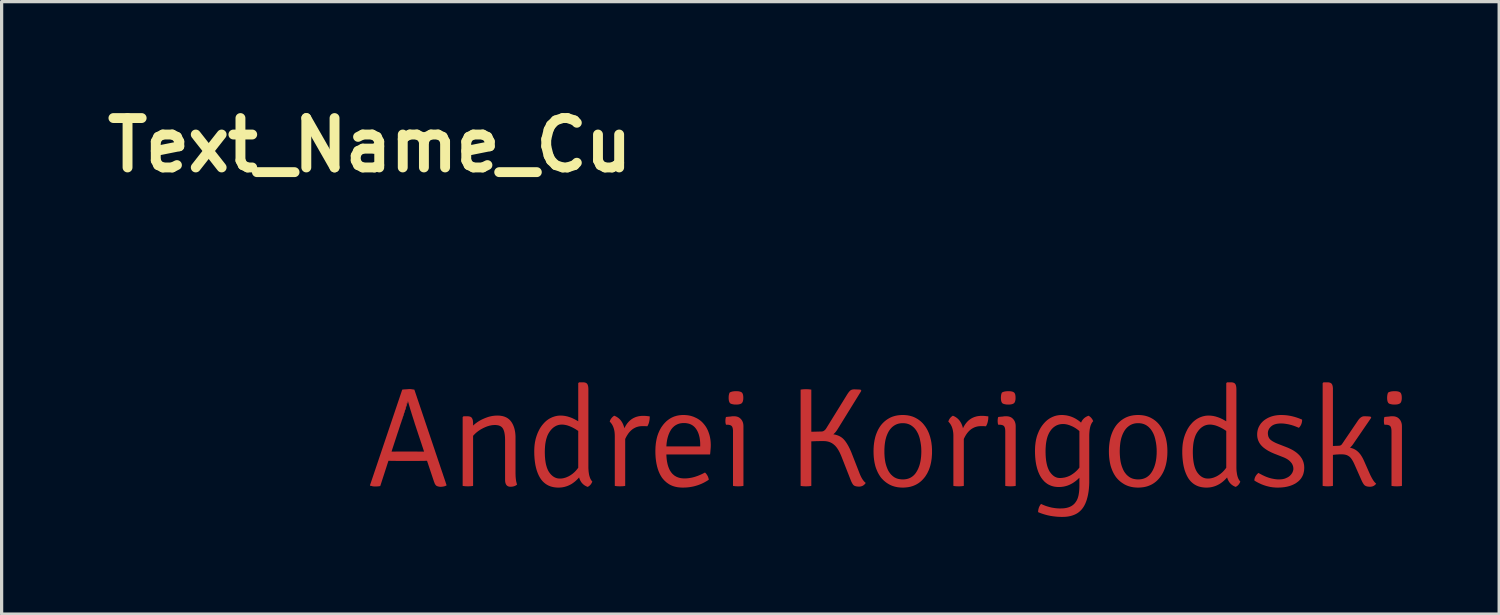
<source format=kicad_pcb>
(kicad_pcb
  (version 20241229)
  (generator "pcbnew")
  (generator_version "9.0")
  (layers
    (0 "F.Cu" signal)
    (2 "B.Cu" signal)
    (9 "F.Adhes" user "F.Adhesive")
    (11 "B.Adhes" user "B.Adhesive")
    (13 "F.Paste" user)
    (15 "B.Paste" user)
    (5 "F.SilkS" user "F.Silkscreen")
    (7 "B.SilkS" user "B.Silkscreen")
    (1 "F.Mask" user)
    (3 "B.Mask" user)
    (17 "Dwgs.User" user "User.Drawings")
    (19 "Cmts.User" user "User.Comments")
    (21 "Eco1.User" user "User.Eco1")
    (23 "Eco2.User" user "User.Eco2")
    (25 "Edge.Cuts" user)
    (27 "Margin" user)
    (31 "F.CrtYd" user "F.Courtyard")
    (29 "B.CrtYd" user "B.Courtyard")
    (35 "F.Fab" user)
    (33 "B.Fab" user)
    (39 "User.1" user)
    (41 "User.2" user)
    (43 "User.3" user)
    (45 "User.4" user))
  (footprint "Text_Name_Cu"
    (layer "F.Cu")
    (at 8.36 11.959)
    (property "Reference" "Text_Name_Cu" (at 0 -10.532 0) (layer "F.SilkS") (effects (font (size 1.524 1.524) (thickness 0.305))))
    (attr smd)
    (fp_poly (pts (xy 1.179 -2.626) (xy 0.945 -1.915) (xy 1.146 -2.606) (xy 1.181 -2.631)) (stroke (width 0) (type solid)) (fill yes) (layer "F.Cu"))
    (fp_poly (pts (xy 11.101 -2.897) (xy 11.117 -2.906) (xy 11.135 -2.914) (xy 11.154 -2.921) (xy 11.175 -2.927) (xy 11.197 -2.932) (xy 11.221 -2.935) (xy 11.246 -2.938) (xy 11.273 -2.94) (xy 11.301 -2.94) (xy 11.331 -2.939) (xy 11.359 -2.938) (xy 11.385 -2.935) (xy 11.408 -2.93) (xy 11.428 -2.925) (xy 11.446 -2.918) (xy 11.462 -2.91) (xy 11.475 -2.901) (xy 11.486 -2.89) (xy 11.496 -2.876) (xy 11.504 -2.859) (xy 11.511 -2.84) (xy 11.516 -2.818) (xy 11.52 -2.793) (xy 11.522 -2.766) (xy 11.523 -2.736) (xy 11.522 -2.705) (xy 11.52 -2.678) (xy 11.515 -2.653) (xy 11.51 -2.63) (xy 11.502 -2.61) (xy 11.493 -2.593) (xy 11.483 -2.578) (xy 11.471 -2.566) (xy 11.454 -2.556) (xy 11.435 -2.547) (xy 11.414 -2.54) (xy 11.39 -2.534) (xy 11.363 -2.53) (xy 11.333 -2.528) (xy 11.301 -2.527) (xy 11.272 -2.528) (xy 11.245 -2.529) (xy 11.219 -2.533) (xy 11.195 -2.537) (xy 11.172 -2.543) (xy 11.151 -2.549) (xy 11.131 -2.557) (xy 11.119 -2.567) (xy 11.107 -2.578) (xy 11.098 -2.593) (xy 11.089 -2.61) (xy 11.083 -2.63) (xy 11.077 -2.652) (xy 11.074 -2.677) (xy 11.071 -2.705) (xy 11.071 -2.736) (xy 11.071 -2.764) (xy 11.073 -2.79) (xy 11.076 -2.814) (xy 11.08 -2.837) (xy 11.086 -2.859) (xy 11.093 -2.878) (xy 11.101 -2.897) (xy 11.101 -2.897)) (stroke (width 0) (type solid)) (fill yes) (layer "F.Cu"))
    (fp_poly (pts (xy 19.501 -2.897) (xy 19.517 -2.906) (xy 19.535 -2.914) (xy 19.554 -2.921) (xy 19.575 -2.927) (xy 19.597 -2.932) (xy 19.62 -2.935) (xy 19.646 -2.938) (xy 19.672 -2.94) (xy 19.701 -2.94) (xy 19.731 -2.939) (xy 19.759 -2.938) (xy 19.784 -2.935) (xy 19.807 -2.93) (xy 19.828 -2.925) (xy 19.846 -2.918) (xy 19.861 -2.91) (xy 19.875 -2.901) (xy 19.886 -2.89) (xy 19.896 -2.876) (xy 19.904 -2.859) (xy 19.911 -2.84) (xy 19.916 -2.818) (xy 19.919 -2.793) (xy 19.922 -2.766) (xy 19.922 -2.736) (xy 19.922 -2.705) (xy 19.919 -2.678) (xy 19.915 -2.653) (xy 19.909 -2.63) (xy 19.902 -2.61) (xy 19.893 -2.593) (xy 19.883 -2.578) (xy 19.87 -2.566) (xy 19.854 -2.556) (xy 19.835 -2.547) (xy 19.814 -2.54) (xy 19.789 -2.534) (xy 19.762 -2.53) (xy 19.733 -2.528) (xy 19.701 -2.527) (xy 19.672 -2.528) (xy 19.644 -2.529) (xy 19.618 -2.533) (xy 19.594 -2.537) (xy 19.572 -2.543) (xy 19.551 -2.549) (xy 19.531 -2.557) (xy 19.518 -2.567) (xy 19.507 -2.578) (xy 19.497 -2.593) (xy 19.489 -2.61) (xy 19.482 -2.63) (xy 19.477 -2.652) (xy 19.473 -2.677) (xy 19.471 -2.705) (xy 19.47 -2.736) (xy 19.471 -2.764) (xy 19.473 -2.79) (xy 19.476 -2.814) (xy 19.48 -2.837) (xy 19.486 -2.859) (xy 19.493 -2.878) (xy 19.501 -2.897) (xy 19.501 -2.897)) (stroke (width 0) (type solid)) (fill yes) (layer "F.Cu"))
    (fp_poly (pts (xy 11.527 -1.853) (xy 11.527 -0.018) (xy 11.508 -0.014) (xy 11.487 -0.012) (xy 11.466 -0.009) (xy 11.443 -0.007) (xy 11.418 -0.006) (xy 11.393 -0.005) (xy 11.366 -0.005) (xy 11.34 -0.005) (xy 11.314 -0.006) (xy 11.29 -0.007) (xy 11.267 -0.009) (xy 11.245 -0.012) (xy 11.225 -0.014) (xy 11.205 -0.018) (xy 11.205 -1.696) (xy 11.205 -1.73) (xy 11.202 -1.76) (xy 11.198 -1.786) (xy 11.193 -1.81) (xy 11.185 -1.83) (xy 11.177 -1.848) (xy 11.166 -1.862) (xy 11.151 -1.875) (xy 11.133 -1.886) (xy 11.112 -1.894) (xy 11.087 -1.9) (xy 11.059 -1.904) (xy 11.027 -1.905) (xy 10.988 -1.905) (xy 10.982 -1.925) (xy 10.977 -1.947) (xy 10.973 -1.97) (xy 10.971 -1.996) (xy 10.971 -2.023) (xy 10.971 -2.05) (xy 10.973 -2.075) (xy 10.977 -2.1) (xy 10.982 -2.123) (xy 10.988 -2.144) (xy 11.015 -2.147) (xy 11.04 -2.15) (xy 11.063 -2.152) (xy 11.085 -2.154) (xy 11.104 -2.156) (xy 11.123 -2.157) (xy 11.147 -2.161) (xy 11.169 -2.164) (xy 11.189 -2.166) (xy 11.205 -2.166) (xy 11.24 -2.166) (xy 11.266 -2.165) (xy 11.292 -2.163) (xy 11.316 -2.158) (xy 11.338 -2.152) (xy 11.36 -2.144) (xy 11.38 -2.135) (xy 11.399 -2.123) (xy 11.417 -2.11) (xy 11.433 -2.096) (xy 11.449 -2.079) (xy 11.464 -2.062) (xy 11.477 -2.044) (xy 11.489 -2.024) (xy 11.499 -2.003) (xy 11.508 -1.981) (xy 11.515 -1.958) (xy 11.52 -1.934) (xy 11.524 -1.908) (xy 11.526 -1.881) (xy 11.527 -1.853) (xy 11.527 -1.853)) (stroke (width 0) (type solid)) (fill yes) (layer "F.Cu"))
    (fp_poly (pts (xy 19.927 -1.853) (xy 19.927 -0.018) (xy 19.908 -0.014) (xy 19.887 -0.012) (xy 19.865 -0.009) (xy 19.842 -0.007) (xy 19.818 -0.006) (xy 19.793 -0.005) (xy 19.766 -0.005) (xy 19.739 -0.005) (xy 19.714 -0.006) (xy 19.69 -0.007) (xy 19.667 -0.009) (xy 19.645 -0.012) (xy 19.624 -0.014) (xy 19.605 -0.018) (xy 19.605 -1.696) (xy 19.604 -1.73) (xy 19.602 -1.76) (xy 19.598 -1.786) (xy 19.592 -1.81) (xy 19.585 -1.83) (xy 19.576 -1.848) (xy 19.566 -1.862) (xy 19.551 -1.875) (xy 19.533 -1.886) (xy 19.512 -1.894) (xy 19.487 -1.9) (xy 19.458 -1.904) (xy 19.427 -1.905) (xy 19.388 -1.905) (xy 19.381 -1.925) (xy 19.376 -1.947) (xy 19.373 -1.97) (xy 19.371 -1.996) (xy 19.37 -2.023) (xy 19.371 -2.05) (xy 19.373 -2.075) (xy 19.376 -2.1) (xy 19.381 -2.123) (xy 19.388 -2.144) (xy 19.414 -2.147) (xy 19.439 -2.15) (xy 19.463 -2.152) (xy 19.484 -2.154) (xy 19.504 -2.156) (xy 19.522 -2.157) (xy 19.547 -2.161) (xy 19.569 -2.164) (xy 19.588 -2.166) (xy 19.605 -2.166) (xy 19.64 -2.166) (xy 19.666 -2.165) (xy 19.691 -2.163) (xy 19.715 -2.158) (xy 19.738 -2.152) (xy 19.759 -2.144) (xy 19.78 -2.135) (xy 19.799 -2.123) (xy 19.817 -2.11) (xy 19.833 -2.096) (xy 19.849 -2.079) (xy 19.863 -2.062) (xy 19.877 -2.044) (xy 19.888 -2.024) (xy 19.899 -2.003) (xy 19.907 -1.981) (xy 19.914 -1.958) (xy 19.92 -1.934) (xy 19.924 -1.908) (xy 19.926 -1.881) (xy 19.927 -1.853) (xy 19.927 -1.853)) (stroke (width 0) (type solid)) (fill yes) (layer "F.Cu"))
    (fp_poly (pts (xy 31.843 -1.853) (xy 31.843 -0.018) (xy 31.823 -0.014) (xy 31.803 -0.012) (xy 31.781 -0.009) (xy 31.758 -0.007) (xy 31.734 -0.006) (xy 31.709 -0.005) (xy 31.682 -0.005) (xy 31.655 -0.005) (xy 31.63 -0.006) (xy 31.605 -0.007) (xy 31.582 -0.009) (xy 31.561 -0.012) (xy 31.54 -0.014) (xy 31.521 -0.018) (xy 31.521 -1.696) (xy 31.52 -1.73) (xy 31.518 -1.76) (xy 31.514 -1.786) (xy 31.508 -1.81) (xy 31.501 -1.83) (xy 31.492 -1.848) (xy 31.482 -1.862) (xy 31.467 -1.875) (xy 31.449 -1.886) (xy 31.427 -1.894) (xy 31.403 -1.9) (xy 31.374 -1.904) (xy 31.343 -1.905) (xy 31.303 -1.905) (xy 31.297 -1.925) (xy 31.292 -1.947) (xy 31.289 -1.97) (xy 31.287 -1.996) (xy 31.286 -2.023) (xy 31.287 -2.05) (xy 31.289 -2.075) (xy 31.387 -2.764) (xy 31.389 -2.79) (xy 31.392 -2.814) (xy 31.396 -2.837) (xy 31.402 -2.859) (xy 31.408 -2.878) (xy 31.417 -2.897) (xy 31.417 -2.897) (xy 31.433 -2.906) (xy 31.45 -2.914) (xy 31.47 -2.921) (xy 31.49 -2.927) (xy 31.513 -2.932) (xy 31.536 -2.935) (xy 31.562 -2.938) (xy 31.588 -2.94) (xy 31.617 -2.94) (xy 31.647 -2.94) (xy 31.675 -2.938) (xy 31.7 -2.935) (xy 31.723 -2.93) (xy 31.744 -2.925) (xy 31.762 -2.918) (xy 31.777 -2.91) (xy 31.791 -2.901) (xy 31.802 -2.89) (xy 31.811 -2.876) (xy 31.82 -2.859) (xy 31.826 -2.84) (xy 31.832 -2.818) (xy 31.835 -2.793) (xy 31.838 -2.766) (xy 31.838 -2.736) (xy 31.838 -2.705) (xy 31.835 -2.678) (xy 31.831 -2.653) (xy 31.825 -2.63) (xy 31.818 -2.61) (xy 31.809 -2.593) (xy 31.798 -2.578) (xy 31.786 -2.566) (xy 31.77 -2.556) (xy 31.751 -2.547) (xy 31.729 -2.54) (xy 31.705 -2.534) (xy 31.678 -2.53) (xy 31.649 -2.528) (xy 31.617 -2.527) (xy 31.588 -2.528) (xy 31.56 -2.529) (xy 31.534 -2.533) (xy 31.51 -2.537) (xy 31.487 -2.543) (xy 31.466 -2.549) (xy 31.447 -2.557) (xy 31.434 -2.567) (xy 31.423 -2.578) (xy 31.413 -2.593) (xy 31.405 -2.61) (xy 31.398 -2.63) (xy 31.393 -2.652) (xy 31.389 -2.677) (xy 31.387 -2.705) (xy 31.386 -2.736) (xy 31.387 -2.764) (xy 31.289 -2.075) (xy 31.292 -2.1) (xy 31.297 -2.123) (xy 31.303 -2.144) (xy 31.33 -2.147) (xy 31.355 -2.15) (xy 31.378 -2.152) (xy 31.4 -2.154) (xy 31.42 -2.156) (xy 31.438 -2.157) (xy 31.463 -2.161) (xy 31.485 -2.164) (xy 31.504 -2.166) (xy 31.521 -2.166) (xy 31.556 -2.166) (xy 31.582 -2.165) (xy 31.607 -2.163) (xy 31.631 -2.158) (xy 31.654 -2.152) (xy 31.675 -2.144) (xy 31.696 -2.135) (xy 31.715 -2.123) (xy 31.732 -2.11) (xy 31.749 -2.096) (xy 31.764 -2.079) (xy 31.779 -2.062) (xy 31.793 -2.044) (xy 31.804 -2.024) (xy 31.815 -2.003) (xy 31.823 -1.981) (xy 31.83 -1.958) (xy 31.836 -1.934) (xy 31.84 -1.908) (xy 31.842 -1.881) (xy 31.843 -1.853) (xy 31.843 -1.853)) (stroke (width 0) (type solid)) (fill yes) (layer "F.Cu"))
    (fp_poly (pts (xy 7.401 -2.001) (xy 7.408 -2.023) (xy 7.416 -2.044) (xy 7.426 -2.065) (xy 7.438 -2.084) (xy 7.451 -2.103) (xy 7.466 -2.121) (xy 7.482 -2.138) (xy 7.5 -2.154) (xy 7.519 -2.169) (xy 7.54 -2.183) (xy 7.562 -2.175) (xy 7.583 -2.165) (xy 7.603 -2.155) (xy 7.623 -2.144) (xy 7.642 -2.131) (xy 7.66 -2.118) (xy 7.678 -2.105) (xy 7.694 -2.09) (xy 7.71 -2.075) (xy 7.726 -2.058) (xy 7.74 -2.041) (xy 7.754 -2.023) (xy 7.767 -2.004) (xy 7.78 -1.984) (xy 7.791 -1.964) (xy 7.802 -1.943) (xy 7.813 -1.92) (xy 7.822 -1.897) (xy 7.831 -1.873) (xy 7.839 -1.849) (xy 7.847 -1.823) (xy 7.853 -1.796) (xy 7.865 -1.82) (xy 7.877 -1.843) (xy 7.889 -1.865) (xy 7.901 -1.886) (xy 7.915 -1.907) (xy 7.928 -1.927) (xy 7.942 -1.946) (xy 7.957 -1.964) (xy 7.972 -1.981) (xy 7.987 -1.998) (xy 8.003 -2.014) (xy 8.019 -2.03) (xy 8.036 -2.044) (xy 8.053 -2.058) (xy 8.07 -2.071) (xy 8.088 -2.083) (xy 8.107 -2.095) (xy 8.125 -2.106) (xy 8.145 -2.116) (xy 8.165 -2.125) (xy 8.185 -2.134) (xy 8.205 -2.142) (xy 8.226 -2.149) (xy 8.248 -2.155) (xy 8.27 -2.161) (xy 8.292 -2.166) (xy 8.315 -2.17) (xy 8.338 -2.173) (xy 8.362 -2.176) (xy 8.386 -2.178) (xy 8.411 -2.179) (xy 8.436 -2.179) (xy 8.459 -2.179) (xy 8.483 -2.178) (xy 8.507 -2.177) (xy 8.532 -2.175) (xy 8.557 -2.172) (xy 8.583 -2.169) (xy 8.609 -2.166) (xy 8.636 -2.162) (xy 8.636 -2.133) (xy 8.634 -2.106) (xy 8.632 -2.079) (xy 8.629 -2.053) (xy 8.625 -2.028) (xy 8.62 -2.004) (xy 8.615 -1.981) (xy 8.608 -1.958) (xy 8.601 -1.936) (xy 8.592 -1.915) (xy 8.583 -1.895) (xy 8.573 -1.876) (xy 8.562 -1.857) (xy 8.543 -1.859) (xy 8.522 -1.86) (xy 8.498 -1.861) (xy 8.471 -1.861) (xy 8.442 -1.862) (xy 8.41 -1.862) (xy 8.387 -1.861) (xy 8.364 -1.86) (xy 8.341 -1.858) (xy 8.319 -1.855) (xy 8.297 -1.851) (xy 8.276 -1.846) (xy 8.255 -1.84) (xy 8.234 -1.834) (xy 8.214 -1.826) (xy 8.194 -1.818) (xy 8.175 -1.808) (xy 8.156 -1.798) (xy 8.137 -1.787) (xy 8.119 -1.776) (xy 8.101 -1.763) (xy 8.084 -1.749) (xy 8.067 -1.735) (xy 8.05 -1.719) (xy 8.034 -1.703) (xy 8.018 -1.686) (xy 8.002 -1.668) (xy 7.987 -1.649) (xy 7.972 -1.629) (xy 7.958 -1.608) (xy 7.944 -1.587) (xy 7.93 -1.564) (xy 7.917 -1.541) (xy 7.904 -1.517) (xy 7.892 -1.492) (xy 7.879 -1.466) (xy 7.879 -0.018) (xy 7.86 -0.014) (xy 7.84 -0.012) (xy 7.818 -0.009) (xy 7.795 -0.007) (xy 7.771 -0.006) (xy 7.745 -0.005) (xy 7.719 -0.005) (xy 7.692 -0.005) (xy 7.666 -0.006) (xy 7.642 -0.007) (xy 7.619 -0.009) (xy 7.597 -0.012) (xy 7.577 -0.014) (xy 7.558 -0.018) (xy 7.558 -1.557) (xy 7.557 -1.586) (xy 7.556 -1.615) (xy 7.554 -1.643) (xy 7.551 -1.67) (xy 7.548 -1.696) (xy 7.544 -1.721) (xy 7.538 -1.746) (xy 7.533 -1.77) (xy 7.526 -1.793) (xy 7.518 -1.816) (xy 7.51 -1.838) (xy 7.501 -1.859) (xy 7.491 -1.879) (xy 7.481 -1.899) (xy 7.47 -1.918) (xy 7.457 -1.936) (xy 7.445 -1.953) (xy 7.431 -1.97) (xy 7.416 -1.986) (xy 7.401 -2.001) (xy 7.401 -2.001)) (stroke (width 0) (type solid)) (fill yes) (layer "F.Cu"))
    (fp_poly (pts (xy 17.848 -2.001) (xy 17.855 -2.023) (xy 17.863 -2.044) (xy 17.873 -2.065) (xy 17.885 -2.084) (xy 17.898 -2.103) (xy 17.912 -2.121) (xy 17.929 -2.138) (xy 17.946 -2.154) (xy 17.966 -2.169) (xy 17.987 -2.183) (xy 18.009 -2.175) (xy 18.03 -2.165) (xy 18.05 -2.155) (xy 18.07 -2.144) (xy 18.088 -2.131) (xy 18.107 -2.118) (xy 18.124 -2.105) (xy 18.141 -2.09) (xy 18.157 -2.075) (xy 18.172 -2.058) (xy 18.187 -2.041) (xy 18.201 -2.023) (xy 18.214 -2.004) (xy 18.226 -1.984) (xy 18.238 -1.964) (xy 18.249 -1.943) (xy 18.259 -1.92) (xy 18.269 -1.897) (xy 18.278 -1.873) (xy 18.286 -1.849) (xy 18.293 -1.823) (xy 18.3 -1.796) (xy 18.311 -1.82) (xy 18.323 -1.843) (xy 18.335 -1.865) (xy 18.348 -1.886) (xy 18.361 -1.907) (xy 18.375 -1.927) (xy 18.389 -1.946) (xy 18.403 -1.964) (xy 18.418 -1.981) (xy 18.433 -1.998) (xy 18.449 -2.014) (xy 18.465 -2.03) (xy 18.482 -2.044) (xy 18.499 -2.058) (xy 18.517 -2.071) (xy 18.535 -2.083) (xy 18.553 -2.095) (xy 18.572 -2.106) (xy 18.591 -2.116) (xy 18.611 -2.125) (xy 18.631 -2.134) (xy 18.652 -2.142) (xy 18.673 -2.149) (xy 18.695 -2.155) (xy 18.716 -2.161) (xy 18.739 -2.166) (xy 18.762 -2.17) (xy 18.785 -2.173) (xy 18.809 -2.176) (xy 18.833 -2.178) (xy 18.858 -2.179) (xy 18.883 -2.179) (xy 18.906 -2.179) (xy 18.929 -2.178) (xy 18.954 -2.177) (xy 18.978 -2.175) (xy 19.004 -2.172) (xy 19.029 -2.169) (xy 19.056 -2.166) (xy 19.083 -2.162) (xy 19.082 -2.133) (xy 19.081 -2.106) (xy 19.079 -2.079) (xy 19.076 -2.053) (xy 19.072 -2.028) (xy 19.067 -2.004) (xy 19.061 -1.981) (xy 19.055 -1.958) (xy 19.047 -1.936) (xy 19.039 -1.915) (xy 19.03 -1.895) (xy 19.02 -1.876) (xy 19.009 -1.857) (xy 18.99 -1.859) (xy 18.969 -1.86) (xy 18.945 -1.861) (xy 18.918 -1.861) (xy 18.888 -1.862) (xy 18.856 -1.862) (xy 18.833 -1.861) (xy 18.81 -1.86) (xy 18.788 -1.858) (xy 18.766 -1.855) (xy 18.744 -1.851) (xy 18.723 -1.846) (xy 18.702 -1.84) (xy 18.681 -1.834) (xy 18.661 -1.826) (xy 18.641 -1.818) (xy 18.622 -1.808) (xy 18.603 -1.798) (xy 18.584 -1.787) (xy 18.566 -1.776) (xy 18.548 -1.763) (xy 18.53 -1.749) (xy 18.513 -1.735) (xy 18.496 -1.719) (xy 18.48 -1.703) (xy 18.464 -1.686) (xy 18.449 -1.668) (xy 18.433 -1.649) (xy 18.419 -1.629) (xy 18.404 -1.608) (xy 18.39 -1.587) (xy 18.377 -1.564) (xy 18.363 -1.541) (xy 18.351 -1.517) (xy 18.338 -1.492) (xy 18.326 -1.466) (xy 18.326 -0.018) (xy 18.307 -0.014) (xy 18.286 -0.012) (xy 18.264 -0.009) (xy 18.241 -0.007) (xy 18.217 -0.006) (xy 18.192 -0.005) (xy 18.165 -0.005) (xy 18.138 -0.005) (xy 18.113 -0.006) (xy 18.089 -0.007) (xy 18.066 -0.009) (xy 18.044 -0.012) (xy 18.023 -0.014) (xy 18.004 -0.018) (xy 18.004 -1.557) (xy 18.004 -1.586) (xy 18.003 -1.615) (xy 18.001 -1.643) (xy 17.998 -1.67) (xy 17.994 -1.696) (xy 17.99 -1.721) (xy 17.985 -1.746) (xy 17.979 -1.77) (xy 17.972 -1.793) (xy 17.965 -1.816) (xy 17.957 -1.838) (xy 17.948 -1.859) (xy 17.938 -1.879) (xy 17.927 -1.899) (xy 17.916 -1.918) (xy 17.904 -1.936) (xy 17.891 -1.953) (xy 17.877 -1.97) (xy 17.863 -1.986) (xy 17.848 -2.001) (xy 17.848 -2.001)) (stroke (width 0) (type solid)) (fill yes) (layer "F.Cu"))
    (fp_poly (pts (xy 30.671 -0.796) (xy 30.84 -0.414) (xy 30.855 -0.382) (xy 30.868 -0.352) (xy 30.882 -0.324) (xy 30.896 -0.297) (xy 30.909 -0.272) (xy 30.923 -0.248) (xy 30.936 -0.225) (xy 30.949 -0.204) (xy 30.962 -0.184) (xy 30.975 -0.166) (xy 30.988 -0.149) (xy 31 -0.134) (xy 31.013 -0.12) (xy 31.025 -0.108) (xy 31.037 -0.097) (xy 31.049 -0.088) (xy 31.035 -0.069) (xy 31.019 -0.053) (xy 31.003 -0.039) (xy 30.985 -0.026) (xy 30.967 -0.016) (xy 30.947 -0.007) (xy 30.926 -0.000449) (xy 30.905 0.004) (xy 30.882 0.007) (xy 30.858 0.008) (xy 30.829 0.007) (xy 30.801 0.005) (xy 30.776 0.001) (xy 30.754 -0.005) (xy 30.733 -0.012) (xy 30.714 -0.021) (xy 30.698 -0.032) (xy 30.684 -0.044) (xy 30.672 -0.058) (xy 30.66 -0.074) (xy 30.647 -0.093) (xy 30.635 -0.114) (xy 30.622 -0.136) (xy 30.61 -0.161) (xy 30.597 -0.189) (xy 30.584 -0.218) (xy 30.384 -0.67) (xy 30.37 -0.701) (xy 30.356 -0.73) (xy 30.342 -0.758) (xy 30.328 -0.784) (xy 30.314 -0.808) (xy 30.3 -0.83) (xy 30.286 -0.851) (xy 30.272 -0.869) (xy 30.258 -0.886) (xy 30.243 -0.902) (xy 30.229 -0.915) (xy 30.214 -0.927) (xy 30.196 -0.939) (xy 30.177 -0.95) (xy 30.157 -0.96) (xy 30.136 -0.969) (xy 30.113 -0.976) (xy 30.09 -0.982) (xy 30.065 -0.986) (xy 30.039 -0.989) (xy 30.012 -0.991) (xy 29.984 -0.992) (xy 29.958 -0.992) (xy 29.932 -0.991) (xy 29.907 -0.991) (xy 29.882 -0.99) (xy 29.857 -0.988) (xy 29.832 -0.987) (xy 29.808 -0.985) (xy 29.784 -0.983) (xy 29.761 -0.98) (xy 29.737 -0.978) (xy 29.714 -0.975) (xy 29.714 -0.018) (xy 29.695 -0.014) (xy 29.674 -0.012) (xy 29.653 -0.009) (xy 29.63 -0.007) (xy 29.606 -0.006) (xy 29.58 -0.005) (xy 29.553 -0.005) (xy 29.524 -0.005) (xy 29.495 -0.006) (xy 29.469 -0.008) (xy 29.443 -0.011) (xy 29.419 -0.014) (xy 29.397 -0.018) (xy 29.397 -3.188) (xy 29.423 -3.214) (xy 29.54 -3.214) (xy 29.569 -3.213) (xy 29.594 -3.21) (xy 29.617 -3.204) (xy 29.637 -3.197) (xy 29.654 -3.187) (xy 29.668 -3.176) (xy 29.679 -3.162) (xy 29.689 -3.147) (xy 29.696 -3.129) (xy 29.703 -3.108) (xy 29.708 -3.084) (xy 29.711 -3.058) (xy 29.714 -3.029) (xy 29.714 -2.997) (xy 29.714 -1.249) (xy 29.901 -1.257) (xy 29.921 -1.259) (xy 29.939 -1.264) (xy 29.957 -1.272) (xy 29.973 -1.284) (xy 29.988 -1.3) (xy 30.001 -1.318) (xy 30.467 -2.005) (xy 30.483 -2.029) (xy 30.498 -2.051) (xy 30.513 -2.07) (xy 30.528 -2.088) (xy 30.543 -2.103) (xy 30.557 -2.116) (xy 30.571 -2.127) (xy 30.591 -2.141) (xy 30.612 -2.152) (xy 30.635 -2.16) (xy 30.659 -2.165) (xy 30.684 -2.166) (xy 30.701 -2.166) (xy 30.72 -2.166) (xy 30.741 -2.165) (xy 30.763 -2.164) (xy 30.788 -2.163) (xy 30.814 -2.161) (xy 30.841 -2.159) (xy 30.871 -2.157) (xy 30.897 -2.123) (xy 30.345 -1.318) (xy 30.329 -1.295) (xy 30.313 -1.274) (xy 30.298 -1.255) (xy 30.283 -1.238) (xy 30.268 -1.222) (xy 30.254 -1.208) (xy 30.24 -1.196) (xy 30.267 -1.19) (xy 30.293 -1.183) (xy 30.317 -1.175) (xy 30.342 -1.166) (xy 30.365 -1.155) (xy 30.387 -1.144) (xy 30.409 -1.131) (xy 30.43 -1.118) (xy 30.45 -1.103) (xy 30.47 -1.087) (xy 30.488 -1.07) (xy 30.504 -1.056) (xy 30.519 -1.04) (xy 30.534 -1.023) (xy 30.548 -1.005) (xy 30.563 -0.987) (xy 30.577 -0.967) (xy 30.591 -0.945) (xy 30.605 -0.923) (xy 30.618 -0.9) (xy 30.632 -0.876) (xy 30.645 -0.85) (xy 30.658 -0.824) (xy 30.671 -0.796) (xy 30.671 -0.796)) (stroke (width 0) (type solid)) (fill yes) (layer "F.Cu"))
    (fp_poly (pts (xy 15.3 -0.109) (xy 15.286 -0.09) (xy 15.271 -0.072) (xy 15.255 -0.056) (xy 15.238 -0.042) (xy 15.221 -0.03) (xy 15.202 -0.02) (xy 15.183 -0.011) (xy 15.162 -0.005) (xy 15.141 0.000075) (xy 15.119 0.003) (xy 15.095 0.004) (xy 15.065 0.003) (xy 15.037 0.001) (xy 15.012 -0.003) (xy 14.989 -0.008) (xy 14.968 -0.015) (xy 14.95 -0.023) (xy 14.935 -0.033) (xy 14.921 -0.044) (xy 14.909 -0.058) (xy 14.898 -0.074) (xy 14.886 -0.092) (xy 14.875 -0.113) (xy 14.863 -0.135) (xy 14.852 -0.159) (xy 14.841 -0.185) (xy 14.83 -0.214) (xy 14.552 -0.922) (xy 14.54 -0.951) (xy 14.528 -0.979) (xy 14.516 -1.006) (xy 14.504 -1.032) (xy 14.492 -1.057) (xy 14.479 -1.081) (xy 14.467 -1.104) (xy 14.454 -1.126) (xy 14.441 -1.147) (xy 14.428 -1.167) (xy 14.414 -1.187) (xy 14.401 -1.205) (xy 14.387 -1.222) (xy 14.374 -1.238) (xy 14.36 -1.253) (xy 14.346 -1.267) (xy 14.331 -1.28) (xy 14.317 -1.292) (xy 14.299 -1.307) (xy 14.279 -1.321) (xy 14.26 -1.334) (xy 14.239 -1.345) (xy 14.218 -1.356) (xy 14.196 -1.365) (xy 14.173 -1.374) (xy 14.15 -1.381) (xy 14.126 -1.387) (xy 14.101 -1.392) (xy 14.076 -1.396) (xy 14.05 -1.399) (xy 14.023 -1.4) (xy 13.995 -1.401) (xy 13.97 -1.401) (xy 13.944 -1.401) (xy 13.919 -1.4) (xy 13.894 -1.4) (xy 13.869 -1.4) (xy 13.843 -1.399) (xy 13.818 -1.399) (xy 13.794 -1.398) (xy 13.769 -1.398) (xy 13.744 -1.397) (xy 13.719 -1.396) (xy 13.695 -1.395) (xy 13.67 -1.394) (xy 13.646 -1.393) (xy 13.621 -1.392) (xy 13.621 -0.018) (xy 13.602 -0.014) (xy 13.581 -0.012) (xy 13.559 -0.009) (xy 13.535 -0.007) (xy 13.51 -0.006) (xy 13.484 -0.005) (xy 13.456 -0.005) (xy 13.428 -0.005) (xy 13.402 -0.006) (xy 13.377 -0.007) (xy 13.353 -0.009) (xy 13.331 -0.012) (xy 13.31 -0.014) (xy 13.291 -0.018) (xy 13.291 -2.988) (xy 13.31 -2.991) (xy 13.331 -2.994) (xy 13.353 -2.997) (xy 13.377 -2.999) (xy 13.402 -3) (xy 13.428 -3.001) (xy 13.456 -3.001) (xy 13.484 -3.001) (xy 13.51 -3) (xy 13.535 -2.999) (xy 13.559 -2.997) (xy 13.581 -2.994) (xy 13.602 -2.991) (xy 13.621 -2.988) (xy 13.621 -1.688) (xy 13.939 -1.696) (xy 13.959 -1.698) (xy 13.979 -1.703) (xy 13.998 -1.711) (xy 14.017 -1.723) (xy 14.035 -1.737) (xy 14.053 -1.755) (xy 14.07 -1.776) (xy 14.086 -1.801) (xy 14.726 -2.836) (xy 14.742 -2.861) (xy 14.757 -2.883) (xy 14.772 -2.904) (xy 14.786 -2.922) (xy 14.8 -2.937) (xy 14.813 -2.951) (xy 14.826 -2.962) (xy 14.844 -2.974) (xy 14.865 -2.984) (xy 14.887 -2.991) (xy 14.912 -2.995) (xy 14.939 -2.997) (xy 14.957 -2.997) (xy 14.977 -2.996) (xy 15 -2.995) (xy 15.024 -2.994) (xy 15.05 -2.993) (xy 15.077 -2.992) (xy 15.107 -2.99) (xy 15.139 -2.988) (xy 15.165 -2.953) (xy 14.434 -1.77) (xy 14.42 -1.748) (xy 14.405 -1.726) (xy 14.39 -1.706) (xy 14.376 -1.687) (xy 14.361 -1.669) (xy 14.345 -1.652) (xy 14.33 -1.637) (xy 14.315 -1.623) (xy 14.3 -1.609) (xy 14.327 -1.605) (xy 14.354 -1.6) (xy 14.379 -1.593) (xy 14.404 -1.586) (xy 14.429 -1.578) (xy 14.452 -1.569) (xy 14.474 -1.559) (xy 14.496 -1.549) (xy 14.517 -1.537) (xy 14.537 -1.524) (xy 14.557 -1.511) (xy 14.575 -1.497) (xy 14.593 -1.482) (xy 14.61 -1.466) (xy 14.626 -1.449) (xy 14.639 -1.434) (xy 14.652 -1.419) (xy 14.665 -1.403) (xy 14.678 -1.385) (xy 14.691 -1.367) (xy 14.703 -1.349) (xy 14.716 -1.329) (xy 14.729 -1.308) (xy 14.742 -1.287) (xy 14.755 -1.264) (xy 14.768 -1.241) (xy 14.78 -1.217) (xy 14.793 -1.192) (xy 14.806 -1.166) (xy 14.818 -1.139) (xy 14.831 -1.111) (xy 14.844 -1.082) (xy 14.856 -1.053) (xy 15.121 -0.375) (xy 15.133 -0.347) (xy 15.145 -0.321) (xy 15.157 -0.296) (xy 15.17 -0.272) (xy 15.183 -0.249) (xy 15.196 -0.227) (xy 15.21 -0.207) (xy 15.224 -0.188) (xy 15.238 -0.17) (xy 15.253 -0.153) (xy 15.268 -0.137) (xy 15.284 -0.123) (xy 15.3 -0.109) (xy 15.3 -0.109)) (stroke (width 0) (type solid)) (fill yes) (layer "F.Cu"))
    (fp_poly (pts (xy 4.495 -1.509) (xy 4.495 -0.431) (xy 4.495 -0.399) (xy 4.496 -0.367) (xy 4.497 -0.337) (xy 4.498 -0.308) (xy 4.5 -0.28) (xy 4.503 -0.253) (xy 4.505 -0.227) (xy 4.509 -0.203) (xy 4.512 -0.179) (xy 4.516 -0.157) (xy 4.521 -0.135) (xy 4.526 -0.115) (xy 4.531 -0.096) (xy 4.537 -0.078) (xy 4.543 -0.061) (xy 4.527 -0.047) (xy 4.509 -0.034) (xy 4.489 -0.023) (xy 4.468 -0.013) (xy 4.445 -0.006) (xy 4.421 0.000431) (xy 4.395 0.005) (xy 4.368 0.007) (xy 4.338 0.008) (xy 4.317 0.007) (xy 4.297 0.004) (xy 4.279 -0.000362) (xy 4.262 -0.007) (xy 4.247 -0.016) (xy 4.233 -0.026) (xy 4.22 -0.038) (xy 4.209 -0.052) (xy 4.2 -0.069) (xy 4.192 -0.087) (xy 4.185 -0.106) (xy 4.18 -0.128) (xy 4.176 -0.152) (xy 4.174 -0.177) (xy 4.173 -0.205) (xy 4.173 -1.409) (xy 4.173 -1.444) (xy 4.172 -1.477) (xy 4.171 -1.509) (xy 4.169 -1.54) (xy 4.166 -1.569) (xy 4.163 -1.597) (xy 4.159 -1.623) (xy 4.155 -1.648) (xy 4.15 -1.671) (xy 4.144 -1.694) (xy 4.138 -1.714) (xy 4.131 -1.734) (xy 4.124 -1.752) (xy 4.116 -1.768) (xy 4.108 -1.783) (xy 4.096 -1.801) (xy 4.083 -1.818) (xy 4.068 -1.833) (xy 4.051 -1.846) (xy 4.033 -1.858) (xy 4.013 -1.868) (xy 3.992 -1.877) (xy 3.969 -1.884) (xy 3.944 -1.889) (xy 3.918 -1.893) (xy 3.89 -1.896) (xy 3.86 -1.896) (xy 3.837 -1.896) (xy 3.813 -1.895) (xy 3.79 -1.893) (xy 3.766 -1.89) (xy 3.743 -1.886) (xy 3.719 -1.881) (xy 3.695 -1.876) (xy 3.671 -1.869) (xy 3.647 -1.862) (xy 3.622 -1.854) (xy 3.598 -1.845) (xy 3.573 -1.835) (xy 3.549 -1.825) (xy 3.524 -1.813) (xy 3.499 -1.801) (xy 3.476 -1.789) (xy 3.453 -1.777) (xy 3.431 -1.765) (xy 3.409 -1.752) (xy 3.388 -1.738) (xy 3.367 -1.724) (xy 3.347 -1.71) (xy 3.327 -1.695) (xy 3.308 -1.68) (xy 3.289 -1.665) (xy 3.271 -1.649) (xy 3.253 -1.632) (xy 3.235 -1.615) (xy 3.219 -1.598) (xy 3.202 -1.58) (xy 3.186 -1.562) (xy 3.186 -0.018) (xy 3.167 -0.014) (xy 3.146 -0.012) (xy 3.125 -0.009) (xy 3.102 -0.007) (xy 3.077 -0.006) (xy 3.052 -0.005) (xy 3.025 -0.005) (xy 2.998 -0.005) (xy 2.973 -0.006) (xy 2.949 -0.007) (xy 2.926 -0.009) (xy 2.904 -0.012) (xy 2.884 -0.014) (xy 2.864 -0.018) (xy 2.864 -2.14) (xy 2.89 -2.166) (xy 3.012 -2.166) (xy 3.041 -2.165) (xy 3.066 -2.161) (xy 3.089 -2.156) (xy 3.109 -2.148) (xy 3.126 -2.137) (xy 3.14 -2.125) (xy 3.151 -2.11) (xy 3.16 -2.093) (xy 3.168 -2.074) (xy 3.175 -2.053) (xy 3.18 -2.029) (xy 3.183 -2.002) (xy 3.185 -1.972) (xy 3.186 -1.94) (xy 3.186 -1.879) (xy 3.205 -1.896) (xy 3.224 -1.913) (xy 3.243 -1.929) (xy 3.263 -1.945) (xy 3.284 -1.961) (xy 3.304 -1.975) (xy 3.325 -1.99) (xy 3.347 -2.004) (xy 3.369 -2.018) (xy 3.391 -2.031) (xy 3.414 -2.044) (xy 3.437 -2.056) (xy 3.461 -2.068) (xy 3.485 -2.079) (xy 3.509 -2.09) (xy 3.534 -2.101) (xy 3.559 -2.111) (xy 3.584 -2.121) (xy 3.609 -2.13) (xy 3.634 -2.139) (xy 3.659 -2.147) (xy 3.684 -2.154) (xy 3.709 -2.16) (xy 3.734 -2.166) (xy 3.759 -2.171) (xy 3.784 -2.176) (xy 3.809 -2.179) (xy 3.834 -2.182) (xy 3.859 -2.185) (xy 3.884 -2.186) (xy 3.909 -2.187) (xy 3.934 -2.188) (xy 3.963 -2.187) (xy 3.991 -2.186) (xy 4.018 -2.184) (xy 4.044 -2.18) (xy 4.07 -2.176) (xy 4.095 -2.171) (xy 4.119 -2.165) (xy 4.142 -2.158) (xy 4.165 -2.15) (xy 4.186 -2.141) (xy 4.207 -2.131) (xy 4.227 -2.121) (xy 4.247 -2.109) (xy 4.265 -2.096) (xy 4.283 -2.083) (xy 4.3 -2.068) (xy 4.316 -2.053) (xy 4.332 -2.036) (xy 4.346 -2.019) (xy 4.36 -2.001) (xy 4.373 -1.983) (xy 4.385 -1.964) (xy 4.396 -1.945) (xy 4.407 -1.925) (xy 4.417 -1.905) (xy 4.426 -1.884) (xy 4.435 -1.863) (xy 4.443 -1.841) (xy 4.451 -1.819) (xy 4.458 -1.796) (xy 4.464 -1.773) (xy 4.47 -1.749) (xy 4.475 -1.724) (xy 4.48 -1.699) (xy 4.484 -1.674) (xy 4.487 -1.648) (xy 4.49 -1.621) (xy 4.492 -1.594) (xy 4.494 -1.566) (xy 4.495 -1.538) (xy 4.495 -1.509) (xy 4.495 -1.509)) (stroke (width 0) (type solid)) (fill yes) (layer "F.Cu"))
    (fp_poly (pts (xy 1.252 -3.005) (xy 1.178 -2.627) (xy 1.183 -2.61) (xy 1.188 -2.591) (xy 1.193 -2.571) (xy 1.199 -2.551) (xy 1.205 -2.529) (xy 1.212 -2.506) (xy 1.219 -2.483) (xy 1.226 -2.458) (xy 1.234 -2.433) (xy 1.241 -2.407) (xy 1.249 -2.38) (xy 1.258 -2.352) (xy 1.267 -2.324) (xy 1.276 -2.295) (xy 1.285 -2.265) (xy 1.292 -2.242) (xy 1.299 -2.218) (xy 1.307 -2.195) (xy 1.314 -2.172) (xy 1.321 -2.149) (xy 1.329 -2.125) (xy 1.336 -2.102) (xy 1.344 -2.079) (xy 1.351 -2.056) (xy 1.359 -2.032) (xy 1.366 -2.01) (xy 1.372 -1.989) (xy 1.379 -1.968) (xy 1.385 -1.947) (xy 1.392 -1.925) (xy 1.4 -1.901) (xy 1.413 -1.863) (xy 1.421 -1.838) (xy 1.429 -1.814) (xy 1.437 -1.789) (xy 1.445 -1.764) (xy 1.453 -1.74) (xy 1.462 -1.715) (xy 1.47 -1.691) (xy 1.478 -1.666) (xy 1.486 -1.641) (xy 1.494 -1.617) (xy 1.502 -1.592) (xy 1.511 -1.567) (xy 1.519 -1.543) (xy 1.527 -1.518) (xy 1.535 -1.494) (xy 1.544 -1.469) (xy 1.552 -1.444) (xy 1.56 -1.42) (xy 1.568 -1.395) (xy 1.576 -1.37) (xy 1.585 -1.346) (xy 1.593 -1.321) (xy 1.601 -1.296) (xy 1.609 -1.272) (xy 1.617 -1.247) (xy 1.625 -1.223) (xy 1.634 -1.198) (xy 1.642 -1.173) (xy 1.65 -1.149) (xy 1.658 -1.124) (xy 1.666 -1.099) (xy 1.674 -1.075) (xy 1.65 -1.075) (xy 1.627 -1.075) (xy 1.603 -1.075) (xy 1.58 -1.076) (xy 1.556 -1.076) (xy 1.532 -1.076) (xy 1.509 -1.076) (xy 1.485 -1.076) (xy 1.458 -1.078) (xy 1.433 -1.079) (xy 1.422 -1.079) (xy 1.194 -1.079) (xy 1.172 -1.079) (xy 1.15 -1.079) (xy 0.922 -1.079) (xy 0.67 -1.075) (xy 0.678 -1.099) (xy 0.685 -1.124) (xy 0.693 -1.148) (xy 0.701 -1.172) (xy 0.709 -1.197) (xy 0.717 -1.221) (xy 0.725 -1.246) (xy 0.733 -1.27) (xy 0.741 -1.294) (xy 0.749 -1.319) (xy 0.757 -1.343) (xy 0.765 -1.368) (xy 0.773 -1.392) (xy 0.781 -1.416) (xy 0.789 -1.441) (xy 0.797 -1.465) (xy 0.805 -1.49) (xy 0.813 -1.514) (xy 0.821 -1.538) (xy 0.829 -1.563) (xy 0.837 -1.587) (xy 0.845 -1.612) (xy 0.853 -1.636) (xy 0.861 -1.66) (xy 0.87 -1.685) (xy 0.878 -1.709) (xy 0.886 -1.734) (xy 0.894 -1.758) (xy 1.009 -2.11) (xy 1.016 -2.132) (xy 1.024 -2.155) (xy 1.031 -2.178) (xy 1.039 -2.203) (xy 1.046 -2.228) (xy 1.054 -2.254) (xy 1.062 -2.281) (xy 1.07 -2.308) (xy 1.078 -2.337) (xy 1.086 -2.356) (xy 1.093 -2.377) (xy 1.099 -2.398) (xy 1.104 -2.42) (xy 1.109 -2.443) (xy 1.113 -2.466) (xy 1.119 -2.487) (xy 1.125 -2.508) (xy 1.13 -2.53) (xy 1.136 -2.552) (xy 1.142 -2.574) (xy 1.152 -2.595) (xy 1.164 -2.612) (xy 1.178 -2.627) (xy 1.178 -2.627) (xy 1.252 -3.005) (xy 1.229 -3.005) (xy 1.206 -3.005) (xy 1.183 -3.003) (xy 1.16 -3.001) (xy 1.136 -2.999) (xy 1.11 -2.998) (xy 1.086 -2.997) (xy 1.062 -2.995) (xy 1.04 -2.993) (xy 1.019 -2.991) (xy 1 -2.988) (xy 0.004 -0.035) (xy 0.013 -0.022) (xy 0.036 -0.018) (xy 0.059 -0.014) (xy 0.081 -0.007) (xy 0.105 -0.003) (xy 0.129 -0.001) (xy 0.155 -0.000115) (xy 0.181 -0.001) (xy 0.183 -0.001) (xy 0.209 -0.001) (xy 0.235 -0.002) (xy 0.259 -0.004) (xy 0.281 -0.006) (xy 0.302 -0.01) (xy 0.322 -0.014) (xy 0.574 -0.792) (xy 0.878 -0.788) (xy 1.12 -0.788) (xy 1.145 -0.788) (xy 1.17 -0.788) (xy 1.194 -0.788) (xy 1.219 -0.788) (xy 1.461 -0.788) (xy 1.765 -0.792) (xy 1.974 -0.166) (xy 1.98 -0.149) (xy 1.986 -0.134) (xy 1.993 -0.116) (xy 1.999 -0.097) (xy 2.004 -0.088) (xy 2.018 -0.063) (xy 2.033 -0.042) (xy 2.048 -0.027) (xy 2.065 -0.016) (xy 2.086 -0.007) (xy 2.11 -0.000306) (xy 2.131 0.005) (xy 2.152 0.008) (xy 2.174 0.01) (xy 2.197 0.01) (xy 2.219 0.008) (xy 2.242 0.006) (xy 2.257 0.003) (xy 2.273 0.001) (xy 2.299 -0.005) (xy 2.324 -0.013) (xy 2.348 -0.023) (xy 2.37 -0.035) (xy 2.361 -0.06) (xy 2.353 -0.085) (xy 2.344 -0.11) (xy 2.336 -0.136) (xy 2.328 -0.161) (xy 2.319 -0.186) (xy 2.311 -0.211) (xy 2.302 -0.236) (xy 2.294 -0.261) (xy 2.285 -0.286) (xy 2.277 -0.311) (xy 2.268 -0.336) (xy 2.26 -0.361) (xy 2.252 -0.386) (xy 2.243 -0.411) (xy 2.235 -0.436) (xy 2.226 -0.461) (xy 2.218 -0.486) (xy 2.209 -0.511) (xy 2.201 -0.536) (xy 2.192 -0.561) (xy 2.184 -0.586) (xy 2.175 -0.611) (xy 2.167 -0.637) (xy 2.159 -0.662) (xy 2.15 -0.687) (xy 2.142 -0.712) (xy 2.133 -0.737) (xy 2.125 -0.762) (xy 2.116 -0.787) (xy 2.108 -0.812) (xy 2.099 -0.837) (xy 2.091 -0.862) (xy 2.083 -0.887) (xy 2.074 -0.912) (xy 2.066 -0.937) (xy 2.057 -0.962) (xy 2.049 -0.987) (xy 2.04 -1.012) (xy 2.032 -1.037) (xy 2.023 -1.062) (xy 2.015 -1.087) (xy 2.007 -1.113) (xy 1.998 -1.138) (xy 1.99 -1.163) (xy 1.981 -1.188) (xy 1.973 -1.213) (xy 1.964 -1.238) (xy 1.956 -1.263) (xy 1.947 -1.288) (xy 1.939 -1.313) (xy 1.931 -1.338) (xy 1.922 -1.363) (xy 1.914 -1.388) (xy 1.905 -1.413) (xy 1.897 -1.438) (xy 1.888 -1.463) (xy 1.88 -1.488) (xy 1.871 -1.513) (xy 1.863 -1.538) (xy 1.855 -1.563) (xy 1.846 -1.588) (xy 1.838 -1.614) (xy 1.829 -1.639) (xy 1.821 -1.664) (xy 1.812 -1.689) (xy 1.804 -1.714) (xy 1.795 -1.739) (xy 1.787 -1.764) (xy 1.778 -1.789) (xy 1.77 -1.814) (xy 1.762 -1.839) (xy 1.753 -1.864) (xy 1.745 -1.889) (xy 1.736 -1.914) (xy 1.728 -1.939) (xy 1.719 -1.964) (xy 1.711 -1.989) (xy 1.702 -2.014) (xy 1.694 -2.039) (xy 1.686 -2.064) (xy 1.677 -2.09) (xy 1.669 -2.115) (xy 1.66 -2.14) (xy 1.652 -2.165) (xy 1.643 -2.19) (xy 1.635 -2.215) (xy 1.626 -2.24) (xy 1.618 -2.265) (xy 1.61 -2.29) (xy 1.601 -2.315) (xy 1.593 -2.34) (xy 1.584 -2.365) (xy 1.576 -2.39) (xy 1.567 -2.415) (xy 1.559 -2.44) (xy 1.55 -2.465) (xy 1.542 -2.49) (xy 1.534 -2.515) (xy 1.525 -2.54) (xy 1.517 -2.565) (xy 1.508 -2.591) (xy 1.5 -2.616) (xy 1.491 -2.641) (xy 1.483 -2.666) (xy 1.474 -2.691) (xy 1.466 -2.716) (xy 1.457 -2.741) (xy 1.449 -2.766) (xy 1.441 -2.791) (xy 1.432 -2.816) (xy 1.424 -2.841) (xy 1.415 -2.866) (xy 1.407 -2.891) (xy 1.398 -2.916) (xy 1.39 -2.941) (xy 1.381 -2.966) (xy 1.374 -2.988) (xy 1.356 -2.991) (xy 1.334 -2.994) (xy 1.311 -2.997) (xy 1.292 -3) (xy 1.272 -3.003) (xy 1.252 -3.005)) (stroke (width 0) (type solid)) (fill yes) (layer "F.Cu"))
    (fp_poly (pts (xy 25.879 -2.188) (xy 26.423 -1.714) (xy 26.397 -1.731) (xy 26.371 -1.748) (xy 26.346 -1.764) (xy 26.32 -1.779) (xy 26.296 -1.793) (xy 26.271 -1.806) (xy 26.247 -1.819) (xy 26.223 -1.83) (xy 26.199 -1.841) (xy 26.176 -1.851) (xy 26.153 -1.861) (xy 26.13 -1.869) (xy 26.108 -1.877) (xy 26.085 -1.884) (xy 26.063 -1.89) (xy 26.042 -1.895) (xy 26.021 -1.899) (xy 25.999 -1.903) (xy 25.979 -1.906) (xy 25.958 -1.908) (xy 25.938 -1.909) (xy 25.918 -1.91) (xy 25.895 -1.909) (xy 25.872 -1.907) (xy 25.85 -1.904) (xy 25.828 -1.9) (xy 25.806 -1.895) (xy 25.785 -1.888) (xy 25.764 -1.881) (xy 25.744 -1.872) (xy 25.724 -1.862) (xy 25.704 -1.85) (xy 25.685 -1.838) (xy 25.666 -1.825) (xy 25.647 -1.81) (xy 25.629 -1.794) (xy 25.611 -1.777) (xy 25.594 -1.758) (xy 25.577 -1.739) (xy 25.56 -1.718) (xy 25.544 -1.696) (xy 25.533 -1.68) (xy 25.522 -1.663) (xy 25.511 -1.645) (xy 25.501 -1.627) (xy 25.491 -1.608) (xy 25.482 -1.589) (xy 25.473 -1.569) (xy 25.465 -1.548) (xy 25.457 -1.526) (xy 25.45 -1.504) (xy 25.443 -1.482) (xy 25.436 -1.458) (xy 25.43 -1.434) (xy 25.424 -1.41) (xy 25.419 -1.385) (xy 25.414 -1.359) (xy 25.41 -1.332) (xy 25.406 -1.305) (xy 25.403 -1.278) (xy 25.4 -1.249) (xy 25.398 -1.22) (xy 25.396 -1.191) (xy 25.394 -1.16) (xy 25.393 -1.13) (xy 25.392 -1.098) (xy 25.392 -1.066) (xy 25.392 -1.033) (xy 25.393 -1) (xy 25.394 -0.968) (xy 25.395 -0.937) (xy 25.397 -0.906) (xy 25.399 -0.876) (xy 25.402 -0.847) (xy 25.405 -0.819) (xy 25.409 -0.791) (xy 25.413 -0.764) (xy 25.417 -0.738) (xy 25.422 -0.712) (xy 25.427 -0.687) (xy 25.433 -0.663) (xy 25.439 -0.64) (xy 25.445 -0.617) (xy 25.452 -0.595) (xy 25.46 -0.573) (xy 25.467 -0.553) (xy 25.475 -0.533) (xy 25.484 -0.514) (xy 25.493 -0.495) (xy 25.502 -0.478) (xy 25.512 -0.46) (xy 25.522 -0.444) (xy 25.538 -0.421) (xy 25.555 -0.4) (xy 25.572 -0.38) (xy 25.589 -0.361) (xy 25.607 -0.344) (xy 25.626 -0.328) (xy 25.644 -0.313) (xy 25.664 -0.3) (xy 25.683 -0.288) (xy 25.704 -0.278) (xy 25.724 -0.269) (xy 25.745 -0.261) (xy 25.767 -0.255) (xy 25.789 -0.25) (xy 25.811 -0.247) (xy 25.834 -0.245) (xy 25.857 -0.244) (xy 25.88 -0.245) (xy 25.903 -0.246) (xy 25.926 -0.249) (xy 25.949 -0.252) (xy 25.972 -0.257) (xy 25.995 -0.263) (xy 26.018 -0.269) (xy 26.041 -0.277) (xy 26.064 -0.286) (xy 26.087 -0.296) (xy 26.111 -0.306) (xy 26.134 -0.318) (xy 26.157 -0.331) (xy 26.178 -0.343) (xy 26.198 -0.357) (xy 26.218 -0.37) (xy 26.237 -0.384) (xy 26.256 -0.399) (xy 26.275 -0.415) (xy 26.293 -0.43) (xy 26.311 -0.447) (xy 26.328 -0.464) (xy 26.345 -0.482) (xy 26.361 -0.5) (xy 26.377 -0.519) (xy 26.393 -0.538) (xy 26.408 -0.558) (xy 26.423 -0.579) (xy 26.423 -1.714) (xy 25.879 -2.188) (xy 25.902 -2.187) (xy 25.924 -2.186) (xy 25.947 -2.185) (xy 25.97 -2.182) (xy 25.993 -2.179) (xy 26.017 -2.176) (xy 26.04 -2.171) (xy 26.063 -2.166) (xy 26.086 -2.161) (xy 26.11 -2.154) (xy 26.133 -2.147) (xy 26.157 -2.139) (xy 26.181 -2.131) (xy 26.205 -2.122) (xy 26.229 -2.112) (xy 26.252 -2.102) (xy 26.277 -2.09) (xy 26.301 -2.079) (xy 26.325 -2.066) (xy 26.349 -2.053) (xy 26.374 -2.039) (xy 26.398 -2.025) (xy 26.423 -2.01) (xy 26.423 -3.188) (xy 26.449 -3.214) (xy 26.566 -3.214) (xy 26.593 -3.213) (xy 26.618 -3.21) (xy 26.64 -3.204) (xy 26.659 -3.197) (xy 26.676 -3.187) (xy 26.69 -3.176) (xy 26.701 -3.162) (xy 26.71 -3.147) (xy 26.718 -3.129) (xy 26.724 -3.108) (xy 26.729 -3.084) (xy 26.733 -3.058) (xy 26.735 -3.029) (xy 26.736 -2.997) (xy 26.736 -0.618) (xy 26.736 -0.584) (xy 26.737 -0.552) (xy 26.738 -0.52) (xy 26.74 -0.489) (xy 26.743 -0.46) (xy 26.747 -0.432) (xy 26.751 -0.405) (xy 26.755 -0.379) (xy 26.76 -0.354) (xy 26.766 -0.33) (xy 26.772 -0.307) (xy 26.779 -0.286) (xy 26.787 -0.265) (xy 26.795 -0.246) (xy 26.804 -0.227) (xy 26.814 -0.21) (xy 26.824 -0.194) (xy 26.834 -0.179) (xy 26.845 -0.165) (xy 26.857 -0.153) (xy 26.847 -0.127) (xy 26.835 -0.104) (xy 26.822 -0.082) (xy 26.808 -0.062) (xy 26.792 -0.044) (xy 26.774 -0.027) (xy 26.756 -0.012) (xy 26.735 0.001) (xy 26.714 0.013) (xy 26.691 0.004) (xy 26.669 -0.006) (xy 26.647 -0.017) (xy 26.627 -0.029) (xy 26.608 -0.042) (xy 26.589 -0.056) (xy 26.572 -0.071) (xy 26.555 -0.087) (xy 26.54 -0.104) (xy 26.525 -0.122) (xy 26.511 -0.141) (xy 26.499 -0.162) (xy 26.487 -0.183) (xy 26.476 -0.205) (xy 26.466 -0.229) (xy 26.457 -0.253) (xy 26.449 -0.279) (xy 26.431 -0.258) (xy 26.412 -0.238) (xy 26.394 -0.219) (xy 26.375 -0.201) (xy 26.356 -0.183) (xy 26.337 -0.166) (xy 26.318 -0.15) (xy 26.298 -0.134) (xy 26.278 -0.119) (xy 26.258 -0.105) (xy 26.238 -0.091) (xy 26.218 -0.078) (xy 26.197 -0.066) (xy 26.176 -0.055) (xy 26.155 -0.044) (xy 26.134 -0.034) (xy 26.112 -0.025) (xy 26.091 -0.016) (xy 26.069 -0.008) (xy 26.047 -0.001) (xy 26.024 0.006) (xy 26.002 0.012) (xy 25.979 0.017) (xy 25.956 0.022) (xy 25.933 0.026) (xy 25.909 0.029) (xy 25.886 0.031) (xy 25.862 0.033) (xy 25.838 0.034) (xy 25.814 0.034) (xy 25.787 0.034) (xy 25.761 0.033) (xy 25.735 0.031) (xy 25.71 0.028) (xy 25.685 0.025) (xy 25.66 0.021) (xy 25.637 0.016) (xy 25.613 0.01) (xy 25.59 0.004) (xy 25.568 -0.003) (xy 25.546 -0.011) (xy 25.525 -0.02) (xy 25.504 -0.029) (xy 25.483 -0.04) (xy 25.463 -0.051) (xy 25.444 -0.062) (xy 25.425 -0.075) (xy 25.406 -0.088) (xy 25.388 -0.102) (xy 25.371 -0.117) (xy 25.354 -0.132) (xy 25.337 -0.148) (xy 25.321 -0.165) (xy 25.306 -0.183) (xy 25.291 -0.201) (xy 25.276 -0.221) (xy 25.262 -0.241) (xy 25.248 -0.261) (xy 25.238 -0.279) (xy 25.228 -0.297) (xy 25.218 -0.315) (xy 25.208 -0.334) (xy 25.199 -0.353) (xy 25.19 -0.373) (xy 25.181 -0.393) (xy 25.173 -0.413) (xy 25.165 -0.434) (xy 25.157 -0.455) (xy 25.149 -0.477) (xy 25.142 -0.499) (xy 25.135 -0.521) (xy 25.129 -0.544) (xy 25.123 -0.567) (xy 25.117 -0.591) (xy 25.111 -0.615) (xy 25.106 -0.639) (xy 25.101 -0.664) (xy 25.097 -0.689) (xy 25.092 -0.715) (xy 25.089 -0.741) (xy 25.085 -0.767) (xy 25.082 -0.794) (xy 25.079 -0.821) (xy 25.076 -0.848) (xy 25.074 -0.876) (xy 25.071 -0.905) (xy 25.07 -0.934) (xy 25.068 -0.963) (xy 25.067 -0.992) (xy 25.066 -1.022) (xy 25.066 -1.053) (xy 25.066 -1.083) (xy 25.066 -1.111) (xy 25.067 -1.138) (xy 25.068 -1.166) (xy 25.069 -1.192) (xy 25.071 -1.219) (xy 25.073 -1.245) (xy 25.075 -1.27) (xy 25.078 -1.296) (xy 25.081 -1.321) (xy 25.085 -1.346) (xy 25.089 -1.37) (xy 25.094 -1.394) (xy 25.098 -1.418) (xy 25.104 -1.441) (xy 25.109 -1.464) (xy 25.115 -1.487) (xy 25.121 -1.509) (xy 25.128 -1.531) (xy 25.135 -1.553) (xy 25.144 -1.579) (xy 25.153 -1.604) (xy 25.163 -1.629) (xy 25.173 -1.653) (xy 25.183 -1.677) (xy 25.194 -1.7) (xy 25.205 -1.722) (xy 25.216 -1.744) (xy 25.227 -1.766) (xy 25.239 -1.787) (xy 25.252 -1.807) (xy 25.264 -1.827) (xy 25.277 -1.846) (xy 25.29 -1.865) (xy 25.304 -1.883) (xy 25.318 -1.901) (xy 25.336 -1.922) (xy 25.354 -1.943) (xy 25.372 -1.963) (xy 25.39 -1.982) (xy 25.409 -2) (xy 25.429 -2.018) (xy 25.449 -2.034) (xy 25.469 -2.049) (xy 25.489 -2.064) (xy 25.51 -2.078) (xy 25.531 -2.091) (xy 25.553 -2.103) (xy 25.575 -2.114) (xy 25.597 -2.125) (xy 25.62 -2.135) (xy 25.643 -2.144) (xy 25.666 -2.152) (xy 25.69 -2.16) (xy 25.713 -2.166) (xy 25.736 -2.172) (xy 25.76 -2.177) (xy 25.783 -2.181) (xy 25.807 -2.184) (xy 25.831 -2.186) (xy 25.855 -2.187) (xy 25.879 -2.188) (xy 25.879 -2.188)) (stroke (width 0) (type solid)) (fill yes) (layer "F.Cu"))
    (fp_poly (pts (xy 5.886 -2.188) (xy 6.43 -1.714) (xy 6.404 -1.731) (xy 6.378 -1.748) (xy 6.353 -1.764) (xy 6.328 -1.779) (xy 6.303 -1.793) (xy 6.278 -1.806) (xy 6.254 -1.819) (xy 6.23 -1.83) (xy 6.207 -1.841) (xy 6.183 -1.851) (xy 6.16 -1.861) (xy 6.137 -1.869) (xy 6.115 -1.877) (xy 6.093 -1.884) (xy 6.071 -1.89) (xy 6.049 -1.895) (xy 6.028 -1.899) (xy 6.007 -1.903) (xy 5.986 -1.906) (xy 5.965 -1.908) (xy 5.945 -1.909) (xy 5.925 -1.91) (xy 5.902 -1.909) (xy 5.879 -1.907) (xy 5.857 -1.904) (xy 5.835 -1.9) (xy 5.813 -1.895) (xy 5.792 -1.888) (xy 5.771 -1.881) (xy 5.751 -1.872) (xy 5.731 -1.862) (xy 5.711 -1.85) (xy 5.692 -1.838) (xy 5.673 -1.825) (xy 5.654 -1.81) (xy 5.636 -1.794) (xy 5.618 -1.777) (xy 5.601 -1.758) (xy 5.584 -1.739) (xy 5.567 -1.718) (xy 5.551 -1.696) (xy 5.54 -1.68) (xy 5.529 -1.663) (xy 5.518 -1.645) (xy 5.508 -1.627) (xy 5.498 -1.608) (xy 5.489 -1.589) (xy 5.48 -1.569) (xy 5.472 -1.548) (xy 5.464 -1.526) (xy 5.457 -1.504) (xy 5.45 -1.482) (xy 5.443 -1.458) (xy 5.437 -1.434) (xy 5.432 -1.41) (xy 5.426 -1.385) (xy 5.422 -1.359) (xy 5.417 -1.332) (xy 5.413 -1.305) (xy 5.41 -1.278) (xy 5.407 -1.249) (xy 5.405 -1.22) (xy 5.403 -1.191) (xy 5.401 -1.16) (xy 5.4 -1.13) (xy 5.399 -1.098) (xy 5.399 -1.066) (xy 5.399 -1.033) (xy 5.4 -1) (xy 5.401 -0.968) (xy 5.402 -0.937) (xy 5.404 -0.906) (xy 5.407 -0.876) (xy 5.409 -0.847) (xy 5.412 -0.819) (xy 5.416 -0.791) (xy 5.42 -0.764) (xy 5.424 -0.738) (xy 5.429 -0.712) (xy 5.434 -0.687) (xy 5.44 -0.663) (xy 5.446 -0.64) (xy 5.453 -0.617) (xy 5.459 -0.595) (xy 5.467 -0.573) (xy 5.474 -0.553) (xy 5.483 -0.533) (xy 5.491 -0.514) (xy 5.5 -0.495) (xy 5.51 -0.478) (xy 5.519 -0.46) (xy 5.53 -0.444) (xy 5.546 -0.421) (xy 5.562 -0.4) (xy 5.579 -0.38) (xy 5.597 -0.361) (xy 5.614 -0.344) (xy 5.633 -0.328) (xy 5.652 -0.313) (xy 5.671 -0.3) (xy 5.691 -0.288) (xy 5.711 -0.278) (xy 5.731 -0.269) (xy 5.752 -0.261) (xy 5.774 -0.255) (xy 5.796 -0.25) (xy 5.818 -0.247) (xy 5.841 -0.245) (xy 5.864 -0.244) (xy 5.864 -0.244) (xy 5.887 -0.245) (xy 5.91 -0.246) (xy 5.933 -0.249) (xy 5.956 -0.252) (xy 5.979 -0.257) (xy 6.002 -0.263) (xy 6.025 -0.269) (xy 6.048 -0.277) (xy 6.071 -0.286) (xy 6.094 -0.296) (xy 6.118 -0.306) (xy 6.141 -0.318) (xy 6.164 -0.331) (xy 6.185 -0.343) (xy 6.205 -0.357) (xy 6.225 -0.37) (xy 6.245 -0.384) (xy 6.263 -0.399) (xy 6.282 -0.415) (xy 6.3 -0.43) (xy 6.318 -0.447) (xy 6.335 -0.464) (xy 6.352 -0.482) (xy 6.368 -0.5) (xy 6.384 -0.519) (xy 6.4 -0.538) (xy 6.415 -0.558) (xy 6.43 -0.579) (xy 6.43 -1.714) (xy 5.886 -2.188) (xy 5.909 -2.187) (xy 5.932 -2.186) (xy 5.955 -2.185) (xy 5.978 -2.182) (xy 6.001 -2.179) (xy 6.024 -2.176) (xy 6.047 -2.171) (xy 6.07 -2.166) (xy 6.094 -2.161) (xy 6.117 -2.154) (xy 6.141 -2.147) (xy 6.164 -2.139) (xy 6.188 -2.131) (xy 6.212 -2.122) (xy 6.236 -2.112) (xy 6.26 -2.102) (xy 6.284 -2.09) (xy 6.308 -2.079) (xy 6.332 -2.066) (xy 6.356 -2.053) (xy 6.381 -2.039) (xy 6.405 -2.025) (xy 6.43 -2.01) (xy 6.43 -3.188) (xy 6.456 -3.214) (xy 6.573 -3.214) (xy 6.6 -3.213) (xy 6.625 -3.21) (xy 6.647 -3.204) (xy 6.666 -3.197) (xy 6.683 -3.187) (xy 6.697 -3.176) (xy 6.708 -3.162) (xy 6.717 -3.147) (xy 6.725 -3.129) (xy 6.731 -3.108) (xy 6.736 -3.084) (xy 6.74 -3.058) (xy 6.742 -3.029) (xy 6.743 -2.997) (xy 6.743 -0.618) (xy 6.743 -0.584) (xy 6.744 -0.552) (xy 6.746 -0.52) (xy 6.748 -0.489) (xy 6.75 -0.46) (xy 6.754 -0.432) (xy 6.758 -0.405) (xy 6.762 -0.379) (xy 6.767 -0.354) (xy 6.773 -0.33) (xy 6.78 -0.307) (xy 6.787 -0.286) (xy 6.794 -0.265) (xy 6.802 -0.246) (xy 6.811 -0.227) (xy 6.821 -0.21) (xy 6.831 -0.194) (xy 6.841 -0.179) (xy 6.853 -0.165) (xy 6.865 -0.153) (xy 6.854 -0.127) (xy 6.842 -0.104) (xy 6.829 -0.082) (xy 6.815 -0.062) (xy 6.799 -0.044) (xy 6.781 -0.027) (xy 6.763 -0.012) (xy 6.743 0.001) (xy 6.721 0.013) (xy 6.698 0.004) (xy 6.676 -0.006) (xy 6.655 -0.017) (xy 6.634 -0.029) (xy 6.615 -0.042) (xy 6.597 -0.056) (xy 6.579 -0.071) (xy 6.563 -0.087) (xy 6.547 -0.104) (xy 6.532 -0.122) (xy 6.519 -0.141) (xy 6.506 -0.162) (xy 6.494 -0.183) (xy 6.483 -0.205) (xy 6.473 -0.229) (xy 6.464 -0.253) (xy 6.456 -0.279) (xy 6.438 -0.258) (xy 6.419 -0.238) (xy 6.401 -0.219) (xy 6.382 -0.201) (xy 6.363 -0.183) (xy 6.344 -0.166) (xy 6.325 -0.15) (xy 6.305 -0.134) (xy 6.285 -0.119) (xy 6.265 -0.105) (xy 6.245 -0.091) (xy 6.225 -0.078) (xy 6.204 -0.066) (xy 6.183 -0.055) (xy 6.162 -0.044) (xy 6.141 -0.034) (xy 6.119 -0.025) (xy 6.098 -0.016) (xy 6.076 -0.008) (xy 6.054 -0.001) (xy 6.031 0.006) (xy 6.009 0.012) (xy 5.986 0.017) (xy 5.963 0.022) (xy 5.94 0.026) (xy 5.917 0.029) (xy 5.893 0.031) (xy 5.869 0.033) (xy 5.845 0.034) (xy 5.821 0.034) (xy 5.794 0.034) (xy 5.768 0.033) (xy 5.742 0.031) (xy 5.717 0.028) (xy 5.692 0.025) (xy 5.668 0.021) (xy 5.644 0.016) (xy 5.62 0.01) (xy 5.597 0.004) (xy 5.575 -0.003) (xy 5.553 -0.011) (xy 5.532 -0.02) (xy 5.511 -0.029) (xy 5.49 -0.04) (xy 5.47 -0.051) (xy 5.451 -0.062) (xy 5.432 -0.075) (xy 5.414 -0.088) (xy 5.396 -0.102) (xy 5.378 -0.117) (xy 5.361 -0.132) (xy 5.345 -0.148) (xy 5.328 -0.165) (xy 5.313 -0.183) (xy 5.298 -0.201) (xy 5.283 -0.221) (xy 5.269 -0.241) (xy 5.256 -0.261) (xy 5.245 -0.279) (xy 5.235 -0.297) (xy 5.225 -0.315) (xy 5.215 -0.334) (xy 5.206 -0.353) (xy 5.197 -0.373) (xy 5.188 -0.393) (xy 5.18 -0.413) (xy 5.172 -0.434) (xy 5.164 -0.455) (xy 5.157 -0.477) (xy 5.149 -0.499) (xy 5.143 -0.521) (xy 5.136 -0.544) (xy 5.13 -0.567) (xy 5.124 -0.591) (xy 5.119 -0.615) (xy 5.113 -0.639) (xy 5.108 -0.664) (xy 5.104 -0.689) (xy 5.1 -0.715) (xy 5.096 -0.741) (xy 5.092 -0.767) (xy 5.089 -0.794) (xy 5.086 -0.821) (xy 5.083 -0.848) (xy 5.081 -0.876) (xy 5.079 -0.905) (xy 5.077 -0.934) (xy 5.075 -0.963) (xy 5.074 -0.992) (xy 5.074 -1.022) (xy 5.073 -1.053) (xy 5.073 -1.083) (xy 5.073 -1.111) (xy 5.074 -1.138) (xy 5.075 -1.166) (xy 5.076 -1.192) (xy 5.078 -1.219) (xy 5.08 -1.245) (xy 5.082 -1.27) (xy 5.085 -1.296) (xy 5.089 -1.321) (xy 5.092 -1.346) (xy 5.096 -1.37) (xy 5.101 -1.394) (xy 5.106 -1.418) (xy 5.111 -1.441) (xy 5.116 -1.464) (xy 5.122 -1.487) (xy 5.129 -1.509) (xy 5.135 -1.531) (xy 5.143 -1.553) (xy 5.151 -1.579) (xy 5.161 -1.604) (xy 5.17 -1.629) (xy 5.18 -1.653) (xy 5.19 -1.677) (xy 5.201 -1.7) (xy 5.212 -1.722) (xy 5.223 -1.744) (xy 5.235 -1.766) (xy 5.246 -1.787) (xy 5.259 -1.807) (xy 5.271 -1.827) (xy 5.284 -1.846) (xy 5.298 -1.865) (xy 5.311 -1.883) (xy 5.325 -1.901) (xy 5.343 -1.922) (xy 5.361 -1.943) (xy 5.379 -1.963) (xy 5.398 -1.982) (xy 5.417 -2) (xy 5.436 -2.018) (xy 5.456 -2.034) (xy 5.476 -2.049) (xy 5.496 -2.064) (xy 5.517 -2.078) (xy 5.538 -2.091) (xy 5.56 -2.103) (xy 5.582 -2.114) (xy 5.605 -2.125) (xy 5.627 -2.135) (xy 5.65 -2.144) (xy 5.674 -2.152) (xy 5.697 -2.16) (xy 5.72 -2.166) (xy 5.743 -2.172) (xy 5.767 -2.177) (xy 5.791 -2.181) (xy 5.814 -2.184) (xy 5.838 -2.186) (xy 5.862 -2.187) (xy 5.886 -2.188) (xy 5.886 -2.188)) (stroke (width 0) (type solid)) (fill yes) (layer "F.Cu"))
    (fp_poly (pts (xy 27.29 -0.183) (xy 27.291 -0.205) (xy 27.294 -0.227) (xy 27.299 -0.248) (xy 27.305 -0.269) (xy 27.314 -0.289) (xy 27.323 -0.309) (xy 27.335 -0.329) (xy 27.348 -0.347) (xy 27.362 -0.366) (xy 27.378 -0.384) (xy 27.396 -0.401) (xy 27.416 -0.418) (xy 27.442 -0.403) (xy 27.467 -0.389) (xy 27.492 -0.376) (xy 27.517 -0.363) (xy 27.541 -0.35) (xy 27.565 -0.339) (xy 27.589 -0.328) (xy 27.612 -0.317) (xy 27.635 -0.307) (xy 27.657 -0.298) (xy 27.679 -0.29) (xy 27.701 -0.282) (xy 27.722 -0.274) (xy 27.743 -0.268) (xy 27.764 -0.261) (xy 27.792 -0.254) (xy 27.819 -0.247) (xy 27.847 -0.241) (xy 27.873 -0.236) (xy 27.9 -0.231) (xy 27.925 -0.227) (xy 27.95 -0.224) (xy 27.975 -0.221) (xy 27.999 -0.219) (xy 28.023 -0.218) (xy 28.046 -0.218) (xy 28.073 -0.218) (xy 28.099 -0.22) (xy 28.123 -0.222) (xy 28.147 -0.224) (xy 28.17 -0.228) (xy 28.192 -0.233) (xy 28.213 -0.238) (xy 28.233 -0.244) (xy 28.256 -0.253) (xy 28.278 -0.263) (xy 28.299 -0.273) (xy 28.319 -0.283) (xy 28.338 -0.294) (xy 28.356 -0.306) (xy 28.372 -0.318) (xy 28.39 -0.334) (xy 28.407 -0.351) (xy 28.422 -0.368) (xy 28.436 -0.386) (xy 28.448 -0.404) (xy 28.459 -0.422) (xy 28.47 -0.445) (xy 28.479 -0.468) (xy 28.486 -0.49) (xy 28.491 -0.513) (xy 28.494 -0.535) (xy 28.493 -0.561) (xy 28.491 -0.586) (xy 28.487 -0.61) (xy 28.481 -0.633) (xy 28.473 -0.655) (xy 28.464 -0.676) (xy 28.454 -0.697) (xy 28.441 -0.716) (xy 28.427 -0.735) (xy 28.411 -0.753) (xy 28.397 -0.769) (xy 28.38 -0.785) (xy 28.363 -0.8) (xy 28.344 -0.815) (xy 28.324 -0.83) (xy 28.303 -0.843) (xy 28.28 -0.857) (xy 28.256 -0.87) (xy 28.231 -0.882) (xy 28.204 -0.894) (xy 28.177 -0.905) (xy 27.933 -1.001) (xy 27.904 -1.012) (xy 27.876 -1.024) (xy 27.849 -1.036) (xy 27.822 -1.048) (xy 27.796 -1.06) (xy 27.771 -1.073) (xy 27.747 -1.086) (xy 27.723 -1.098) (xy 27.701 -1.111) (xy 27.679 -1.125) (xy 27.658 -1.138) (xy 27.637 -1.152) (xy 27.617 -1.166) (xy 27.599 -1.18) (xy 27.58 -1.194) (xy 27.563 -1.208) (xy 27.547 -1.223) (xy 27.531 -1.238) (xy 27.516 -1.253) (xy 27.499 -1.272) (xy 27.483 -1.291) (xy 27.468 -1.31) (xy 27.455 -1.33) (xy 27.442 -1.351) (xy 27.431 -1.372) (xy 27.421 -1.393) (xy 27.411 -1.415) (xy 27.403 -1.437) (xy 27.396 -1.46) (xy 27.39 -1.483) (xy 27.385 -1.506) (xy 27.381 -1.53) (xy 27.379 -1.555) (xy 27.377 -1.58) (xy 27.377 -1.605) (xy 27.377 -1.632) (xy 27.379 -1.658) (xy 27.382 -1.684) (xy 27.386 -1.709) (xy 27.391 -1.733) (xy 27.397 -1.757) (xy 27.404 -1.781) (xy 27.413 -1.804) (xy 27.422 -1.827) (xy 27.433 -1.849) (xy 27.445 -1.871) (xy 27.457 -1.892) (xy 27.471 -1.913) (xy 27.485 -1.934) (xy 27.5 -1.953) (xy 27.517 -1.972) (xy 27.534 -1.99) (xy 27.551 -2.007) (xy 27.57 -2.024) (xy 27.59 -2.04) (xy 27.608 -2.054) (xy 27.627 -2.067) (xy 27.647 -2.08) (xy 27.667 -2.092) (xy 27.688 -2.104) (xy 27.709 -2.115) (xy 27.731 -2.126) (xy 27.753 -2.135) (xy 27.777 -2.145) (xy 27.8 -2.154) (xy 27.824 -2.162) (xy 27.847 -2.169) (xy 27.87 -2.175) (xy 27.893 -2.181) (xy 27.917 -2.186) (xy 27.941 -2.19) (xy 27.966 -2.194) (xy 27.991 -2.198) (xy 28.016 -2.2) (xy 28.041 -2.202) (xy 28.067 -2.204) (xy 28.093 -2.205) (xy 28.12 -2.205) (xy 28.145 -2.205) (xy 28.17 -2.204) (xy 28.194 -2.203) (xy 28.219 -2.202) (xy 28.244 -2.2) (xy 28.269 -2.198) (xy 28.293 -2.195) (xy 28.318 -2.192) (xy 28.343 -2.188) (xy 28.368 -2.184) (xy 28.392 -2.18) (xy 28.417 -2.175) (xy 28.442 -2.169) (xy 28.467 -2.164) (xy 28.491 -2.157) (xy 28.516 -2.151) (xy 28.541 -2.144) (xy 28.566 -2.136) (xy 28.59 -2.129) (xy 28.615 -2.12) (xy 28.64 -2.112) (xy 28.665 -2.102) (xy 28.689 -2.093) (xy 28.714 -2.083) (xy 28.739 -2.073) (xy 28.764 -2.062) (xy 28.763 -2.037) (xy 28.761 -2.012) (xy 28.757 -1.989) (xy 28.753 -1.966) (xy 28.746 -1.944) (xy 28.739 -1.923) (xy 28.73 -1.902) (xy 28.719 -1.882) (xy 28.707 -1.863) (xy 28.694 -1.844) (xy 28.68 -1.827) (xy 28.664 -1.81) (xy 28.638 -1.821) (xy 28.613 -1.831) (xy 28.589 -1.841) (xy 28.564 -1.851) (xy 28.54 -1.86) (xy 28.517 -1.868) (xy 28.493 -1.877) (xy 28.47 -1.884) (xy 28.447 -1.891) (xy 28.425 -1.898) (xy 28.403 -1.903) (xy 28.381 -1.909) (xy 28.359 -1.914) (xy 28.333 -1.92) (xy 28.306 -1.925) (xy 28.28 -1.929) (xy 28.255 -1.933) (xy 28.23 -1.937) (xy 28.205 -1.939) (xy 28.181 -1.942) (xy 28.158 -1.943) (xy 28.134 -1.944) (xy 28.111 -1.944) (xy 28.081 -1.944) (xy 28.052 -1.942) (xy 28.024 -1.939) (xy 27.997 -1.936) (xy 27.972 -1.931) (xy 27.947 -1.925) (xy 27.924 -1.918) (xy 27.901 -1.91) (xy 27.88 -1.901) (xy 27.86 -1.89) (xy 27.841 -1.879) (xy 27.824 -1.866) (xy 27.807 -1.853) (xy 27.788 -1.834) (xy 27.771 -1.815) (xy 27.756 -1.796) (xy 27.743 -1.776) (xy 27.732 -1.755) (xy 27.723 -1.734) (xy 27.716 -1.712) (xy 27.711 -1.69) (xy 27.708 -1.667) (xy 27.707 -1.644) (xy 27.708 -1.617) (xy 27.711 -1.591) (xy 27.716 -1.566) (xy 27.722 -1.542) (xy 27.731 -1.52) (xy 27.742 -1.499) (xy 27.754 -1.48) (xy 27.769 -1.461) (xy 27.785 -1.444) (xy 27.8 -1.432) (xy 27.817 -1.419) (xy 27.835 -1.407) (xy 27.854 -1.394) (xy 27.875 -1.382) (xy 27.898 -1.37) (xy 27.922 -1.357) (xy 27.947 -1.345) (xy 27.974 -1.333) (xy 28.003 -1.321) (xy 28.033 -1.309) (xy 28.29 -1.209) (xy 28.318 -1.198) (xy 28.345 -1.186) (xy 28.371 -1.174) (xy 28.397 -1.162) (xy 28.422 -1.15) (xy 28.447 -1.137) (xy 28.47 -1.124) (xy 28.493 -1.111) (xy 28.515 -1.097) (xy 28.536 -1.083) (xy 28.557 -1.069) (xy 28.576 -1.054) (xy 28.596 -1.04) (xy 28.614 -1.025) (xy 28.631 -1.009) (xy 28.648 -0.994) (xy 28.664 -0.978) (xy 28.68 -0.962) (xy 28.694 -0.945) (xy 28.708 -0.929) (xy 28.721 -0.911) (xy 28.733 -0.894) (xy 28.745 -0.877) (xy 28.756 -0.859) (xy 28.766 -0.841) (xy 28.775 -0.822) (xy 28.784 -0.803) (xy 28.792 -0.784) (xy 28.799 -0.765) (xy 28.805 -0.746) (xy 28.811 -0.726) (xy 28.815 -0.706) (xy 28.82 -0.685) (xy 28.823 -0.665) (xy 28.826 -0.644) (xy 28.827 -0.622) (xy 28.829 -0.601) (xy 28.829 -0.579) (xy 28.828 -0.553) (xy 28.827 -0.527) (xy 28.825 -0.502) (xy 28.822 -0.477) (xy 28.817 -0.453) (xy 28.812 -0.43) (xy 28.806 -0.407) (xy 28.8 -0.384) (xy 28.792 -0.362) (xy 28.783 -0.341) (xy 28.773 -0.32) (xy 28.763 -0.3) (xy 28.751 -0.28) (xy 28.739 -0.261) (xy 28.726 -0.242) (xy 28.712 -0.224) (xy 28.696 -0.207) (xy 28.68 -0.189) (xy 28.664 -0.173) (xy 28.646 -0.157) (xy 28.627 -0.142) (xy 28.607 -0.127) (xy 28.589 -0.114) (xy 28.571 -0.102) (xy 28.552 -0.09) (xy 28.532 -0.079) (xy 28.512 -0.069) (xy 28.492 -0.059) (xy 28.471 -0.049) (xy 28.449 -0.04) (xy 28.427 -0.032) (xy 28.405 -0.024) (xy 28.382 -0.016) (xy 28.358 -0.009) (xy 28.334 -0.003) (xy 28.31 0.003) (xy 28.285 0.009) (xy 28.259 0.013) (xy 28.233 0.018) (xy 28.207 0.022) (xy 28.18 0.025) (xy 28.152 0.028) (xy 28.124 0.03) (xy 28.096 0.032) (xy 28.067 0.033) (xy 28.037 0.034) (xy 28.007 0.034) (xy 27.982 0.034) (xy 27.958 0.033) (xy 27.933 0.032) (xy 27.909 0.03) (xy 27.884 0.028) (xy 27.86 0.026) (xy 27.836 0.022) (xy 27.811 0.019) (xy 27.787 0.015) (xy 27.763 0.01) (xy 27.739 0.005) (xy 27.715 -0.001) (xy 27.691 -0.007) (xy 27.667 -0.013) (xy 27.643 -0.02) (xy 27.619 -0.028) (xy 27.595 -0.036) (xy 27.571 -0.044) (xy 27.548 -0.053) (xy 27.524 -0.062) (xy 27.5 -0.072) (xy 27.477 -0.083) (xy 27.453 -0.094) (xy 27.43 -0.105) (xy 27.406 -0.117) (xy 27.383 -0.129) (xy 27.359 -0.142) (xy 27.336 -0.155) (xy 27.313 -0.169) (xy 27.29 -0.183) (xy 27.29 -0.183)) (stroke (width 0) (type solid)) (fill yes) (layer "F.Cu"))
    (fp_poly (pts (xy 10.497 -0.988) (xy 9.149 -0.988) (xy 9.149 -1.236) (xy 10.193 -1.236) (xy 10.193 -1.292) (xy 10.193 -1.322) (xy 10.192 -1.351) (xy 10.19 -1.379) (xy 10.188 -1.407) (xy 10.185 -1.435) (xy 10.181 -1.461) (xy 10.177 -1.488) (xy 10.173 -1.513) (xy 10.167 -1.538) (xy 10.161 -1.563) (xy 10.155 -1.587) (xy 10.147 -1.61) (xy 10.14 -1.632) (xy 10.131 -1.655) (xy 10.122 -1.676) (xy 10.112 -1.697) (xy 10.102 -1.717) (xy 10.091 -1.737) (xy 10.079 -1.756) (xy 10.067 -1.775) (xy 10.052 -1.794) (xy 10.037 -1.813) (xy 10.021 -1.831) (xy 10.004 -1.847) (xy 9.987 -1.862) (xy 9.969 -1.876) (xy 9.95 -1.889) (xy 9.93 -1.901) (xy 9.909 -1.912) (xy 9.888 -1.921) (xy 9.866 -1.93) (xy 9.843 -1.937) (xy 9.819 -1.943) (xy 9.794 -1.948) (xy 9.769 -1.952) (xy 9.743 -1.955) (xy 9.716 -1.957) (xy 9.688 -1.957) (xy 9.663 -1.957) (xy 9.637 -1.955) (xy 9.613 -1.952) (xy 9.589 -1.949) (xy 9.565 -1.944) (xy 9.543 -1.938) (xy 9.521 -1.931) (xy 9.499 -1.923) (xy 9.478 -1.913) (xy 9.458 -1.903) (xy 9.438 -1.892) (xy 9.419 -1.879) (xy 9.4 -1.866) (xy 9.382 -1.851) (xy 9.365 -1.835) (xy 9.348 -1.819) (xy 9.332 -1.801) (xy 9.316 -1.782) (xy 9.301 -1.762) (xy 9.289 -1.744) (xy 9.278 -1.725) (xy 9.267 -1.706) (xy 9.256 -1.686) (xy 9.246 -1.666) (xy 9.237 -1.645) (xy 9.228 -1.623) (xy 9.219 -1.602) (xy 9.211 -1.579) (xy 9.203 -1.556) (xy 9.196 -1.532) (xy 9.189 -1.508) (xy 9.183 -1.483) (xy 9.177 -1.458) (xy 9.172 -1.432) (xy 9.167 -1.406) (xy 9.163 -1.379) (xy 9.159 -1.351) (xy 9.156 -1.323) (xy 9.153 -1.294) (xy 9.151 -1.265) (xy 9.149 -1.236) (xy 9.149 -0.988) (xy 9.15 -0.958) (xy 9.152 -0.929) (xy 9.154 -0.9) (xy 9.156 -0.872) (xy 9.159 -0.844) (xy 9.162 -0.818) (xy 9.166 -0.792) (xy 9.17 -0.766) (xy 9.175 -0.741) (xy 9.18 -0.717) (xy 9.185 -0.693) (xy 9.191 -0.67) (xy 9.197 -0.647) (xy 9.204 -0.626) (xy 9.211 -0.604) (xy 9.219 -0.584) (xy 9.227 -0.564) (xy 9.235 -0.544) (xy 9.244 -0.525) (xy 9.253 -0.507) (xy 9.263 -0.49) (xy 9.273 -0.473) (xy 9.284 -0.457) (xy 9.295 -0.441) (xy 9.306 -0.426) (xy 9.318 -0.411) (xy 9.33 -0.397) (xy 9.343 -0.384) (xy 9.356 -0.372) (xy 9.37 -0.36) (xy 9.384 -0.348) (xy 9.398 -0.337) (xy 9.413 -0.327) (xy 9.429 -0.318) (xy 9.444 -0.309) (xy 9.46 -0.3) (xy 9.477 -0.293) (xy 9.494 -0.286) (xy 9.512 -0.279) (xy 9.53 -0.273) (xy 9.548 -0.268) (xy 9.567 -0.263) (xy 9.586 -0.259) (xy 9.606 -0.256) (xy 9.626 -0.253) (xy 9.646 -0.251) (xy 9.667 -0.25) (xy 9.688 -0.249) (xy 9.71 -0.248) (xy 9.733 -0.249) (xy 9.756 -0.249) (xy 9.779 -0.251) (xy 9.802 -0.253) (xy 9.825 -0.255) (xy 9.849 -0.258) (xy 9.872 -0.262) (xy 9.896 -0.266) (xy 9.92 -0.27) (xy 9.943 -0.275) (xy 9.967 -0.281) (xy 9.991 -0.287) (xy 10.016 -0.294) (xy 10.04 -0.301) (xy 10.064 -0.309) (xy 10.089 -0.318) (xy 10.114 -0.326) (xy 10.138 -0.336) (xy 10.163 -0.346) (xy 10.188 -0.356) (xy 10.213 -0.368) (xy 10.239 -0.379) (xy 10.264 -0.391) (xy 10.289 -0.404) (xy 10.315 -0.417) (xy 10.341 -0.431) (xy 10.357 -0.415) (xy 10.373 -0.398) (xy 10.387 -0.38) (xy 10.4 -0.361) (xy 10.412 -0.342) (xy 10.423 -0.322) (xy 10.433 -0.301) (xy 10.441 -0.279) (xy 10.448 -0.257) (xy 10.454 -0.233) (xy 10.458 -0.209) (xy 10.437 -0.195) (xy 10.416 -0.181) (xy 10.395 -0.168) (xy 10.373 -0.155) (xy 10.351 -0.143) (xy 10.33 -0.131) (xy 10.308 -0.119) (xy 10.285 -0.108) (xy 10.263 -0.097) (xy 10.241 -0.087) (xy 10.218 -0.077) (xy 10.196 -0.068) (xy 10.173 -0.059) (xy 10.15 -0.05) (xy 10.127 -0.042) (xy 10.103 -0.034) (xy 10.08 -0.027) (xy 10.056 -0.02) (xy 10.032 -0.013) (xy 10.009 -0.007) (xy 9.984 -0.001) (xy 9.96 0.004) (xy 9.936 0.009) (xy 9.911 0.013) (xy 9.887 0.017) (xy 9.862 0.021) (xy 9.837 0.024) (xy 9.812 0.027) (xy 9.787 0.029) (xy 9.761 0.031) (xy 9.736 0.032) (xy 9.71 0.033) (xy 9.684 0.034) (xy 9.658 0.034) (xy 9.63 0.034) (xy 9.602 0.033) (xy 9.575 0.031) (xy 9.549 0.029) (xy 9.523 0.026) (xy 9.498 0.023) (xy 9.473 0.018) (xy 9.448 0.014) (xy 9.424 0.008) (xy 9.401 0.002) (xy 9.378 -0.005) (xy 9.355 -0.012) (xy 9.334 -0.02) (xy 9.312 -0.029) (xy 9.291 -0.038) (xy 9.271 -0.048) (xy 9.248 -0.061) (xy 9.226 -0.074) (xy 9.205 -0.088) (xy 9.184 -0.103) (xy 9.163 -0.118) (xy 9.143 -0.134) (xy 9.124 -0.151) (xy 9.106 -0.168) (xy 9.087 -0.185) (xy 9.07 -0.204) (xy 9.053 -0.223) (xy 9.037 -0.242) (xy 9.021 -0.262) (xy 9.006 -0.283) (xy 8.993 -0.304) (xy 8.98 -0.325) (xy 8.968 -0.346) (xy 8.956 -0.368) (xy 8.945 -0.39) (xy 8.934 -0.413) (xy 8.924 -0.437) (xy 8.914 -0.46) (xy 8.904 -0.485) (xy 8.896 -0.509) (xy 8.887 -0.534) (xy 8.879 -0.56) (xy 8.872 -0.586) (xy 8.864 -0.613) (xy 8.858 -0.64) (xy 8.853 -0.663) (xy 8.848 -0.686) (xy 8.843 -0.709) (xy 8.839 -0.733) (xy 8.835 -0.756) (xy 8.831 -0.78) (xy 8.828 -0.805) (xy 8.825 -0.829) (xy 8.822 -0.854) (xy 8.819 -0.879) (xy 8.817 -0.904) (xy 8.815 -0.93) (xy 8.814 -0.955) (xy 8.812 -0.981) (xy 8.811 -1.008) (xy 8.811 -1.034) (xy 8.81 -1.061) (xy 8.81 -1.088) (xy 8.81 -1.115) (xy 8.811 -1.142) (xy 8.812 -1.169) (xy 8.813 -1.196) (xy 8.814 -1.222) (xy 8.816 -1.248) (xy 8.819 -1.274) (xy 8.821 -1.299) (xy 8.824 -1.325) (xy 8.827 -1.35) (xy 8.831 -1.374) (xy 8.835 -1.399) (xy 8.84 -1.423) (xy 8.844 -1.447) (xy 8.849 -1.471) (xy 8.855 -1.494) (xy 8.86 -1.517) (xy 8.867 -1.54) (xy 8.874 -1.565) (xy 8.883 -1.59) (xy 8.891 -1.615) (xy 8.9 -1.639) (xy 8.91 -1.662) (xy 8.92 -1.685) (xy 8.93 -1.708) (xy 8.94 -1.73) (xy 8.952 -1.752) (xy 8.963 -1.773) (xy 8.975 -1.794) (xy 8.987 -1.815) (xy 9 -1.835) (xy 9.013 -1.854) (xy 9.027 -1.873) (xy 9.041 -1.892) (xy 9.057 -1.913) (xy 9.074 -1.933) (xy 9.091 -1.952) (xy 9.109 -1.971) (xy 9.127 -1.989) (xy 9.145 -2.007) (xy 9.164 -2.024) (xy 9.184 -2.04) (xy 9.204 -2.055) (xy 9.224 -2.07) (xy 9.245 -2.084) (xy 9.266 -2.098) (xy 9.288 -2.11) (xy 9.31 -2.123) (xy 9.332 -2.133) (xy 9.354 -2.143) (xy 9.376 -2.152) (xy 9.399 -2.161) (xy 9.422 -2.168) (xy 9.446 -2.175) (xy 9.47 -2.182) (xy 9.494 -2.187) (xy 9.519 -2.192) (xy 9.544 -2.196) (xy 9.569 -2.199) (xy 9.595 -2.202) (xy 9.622 -2.204) (xy 9.648 -2.205) (xy 9.675 -2.205) (xy 9.702 -2.205) (xy 9.728 -2.204) (xy 9.754 -2.202) (xy 9.779 -2.2) (xy 9.804 -2.197) (xy 9.828 -2.193) (xy 9.853 -2.189) (xy 9.876 -2.184) (xy 9.9 -2.179) (xy 9.923 -2.172) (xy 9.945 -2.165) (xy 9.968 -2.158) (xy 9.989 -2.15) (xy 10.011 -2.141) (xy 10.032 -2.131) (xy 10.056 -2.12) (xy 10.08 -2.109) (xy 10.103 -2.096) (xy 10.126 -2.083) (xy 10.147 -2.069) (xy 10.168 -2.055) (xy 10.189 -2.04) (xy 10.209 -2.024) (xy 10.228 -2.008) (xy 10.246 -1.991) (xy 10.264 -1.973) (xy 10.281 -1.955) (xy 10.297 -1.936) (xy 10.312 -1.918) (xy 10.327 -1.9) (xy 10.341 -1.881) (xy 10.355 -1.862) (xy 10.368 -1.842) (xy 10.381 -1.822) (xy 10.393 -1.801) (xy 10.404 -1.779) (xy 10.415 -1.758) (xy 10.426 -1.735) (xy 10.436 -1.712) (xy 10.445 -1.689) (xy 10.454 -1.664) (xy 10.462 -1.64) (xy 10.47 -1.617) (xy 10.477 -1.594) (xy 10.483 -1.571) (xy 10.489 -1.548) (xy 10.494 -1.524) (xy 10.499 -1.5) (xy 10.503 -1.476) (xy 10.507 -1.452) (xy 10.51 -1.427) (xy 10.513 -1.402) (xy 10.515 -1.377) (xy 10.517 -1.352) (xy 10.518 -1.326) (xy 10.519 -1.301) (xy 10.519 -1.275) (xy 10.519 -1.249) (xy 10.518 -1.223) (xy 10.517 -1.197) (xy 10.515 -1.172) (xy 10.513 -1.147) (xy 10.51 -1.122) (xy 10.509 -1.099) (xy 10.507 -1.077) (xy 10.505 -1.054) (xy 10.503 -1.032) (xy 10.5 -1.01) (xy 10.497 -0.988) (xy 10.497 -0.988)) (stroke (width 0) (type solid)) (fill yes) (layer "F.Cu"))
    (fp_poly (pts (xy 17.041 -0.196) (xy 16.445 -0.218) (xy 16.472 -0.218) (xy 16.497 -0.22) (xy 16.522 -0.223) (xy 16.546 -0.226) (xy 16.57 -0.231) (xy 16.593 -0.237) (xy 16.616 -0.244) (xy 16.638 -0.252) (xy 16.659 -0.261) (xy 16.68 -0.271) (xy 16.7 -0.282) (xy 16.719 -0.295) (xy 16.738 -0.308) (xy 16.756 -0.322) (xy 16.774 -0.338) (xy 16.791 -0.354) (xy 16.808 -0.372) (xy 16.823 -0.39) (xy 16.839 -0.41) (xy 16.853 -0.431) (xy 16.867 -0.453) (xy 16.878 -0.471) (xy 16.889 -0.49) (xy 16.899 -0.51) (xy 16.909 -0.53) (xy 16.919 -0.55) (xy 16.927 -0.571) (xy 16.936 -0.593) (xy 16.944 -0.614) (xy 16.952 -0.637) (xy 16.959 -0.659) (xy 16.966 -0.682) (xy 16.972 -0.706) (xy 16.978 -0.73) (xy 16.983 -0.754) (xy 16.989 -0.779) (xy 16.993 -0.805) (xy 16.997 -0.831) (xy 17.001 -0.857) (xy 17.004 -0.884) (xy 17.007 -0.911) (xy 17.01 -0.938) (xy 17.011 -0.966) (xy 17.013 -0.995) (xy 17.014 -1.024) (xy 17.015 -1.053) (xy 17.015 -1.083) (xy 17.015 -1.11) (xy 17.014 -1.136) (xy 17.013 -1.163) (xy 17.012 -1.189) (xy 17.01 -1.215) (xy 17.008 -1.24) (xy 17.005 -1.266) (xy 17.002 -1.291) (xy 16.998 -1.316) (xy 16.994 -1.341) (xy 16.99 -1.365) (xy 16.985 -1.39) (xy 16.98 -1.414) (xy 16.975 -1.44) (xy 16.969 -1.466) (xy 16.963 -1.492) (xy 16.956 -1.516) (xy 16.948 -1.54) (xy 16.94 -1.564) (xy 16.931 -1.587) (xy 16.922 -1.609) (xy 16.913 -1.631) (xy 16.902 -1.652) (xy 16.891 -1.672) (xy 16.88 -1.692) (xy 16.867 -1.714) (xy 16.854 -1.735) (xy 16.839 -1.755) (xy 16.824 -1.774) (xy 16.809 -1.792) (xy 16.793 -1.809) (xy 16.776 -1.826) (xy 16.758 -1.842) (xy 16.74 -1.856) (xy 16.721 -1.87) (xy 16.702 -1.883) (xy 16.682 -1.896) (xy 16.661 -1.906) (xy 16.639 -1.916) (xy 16.617 -1.925) (xy 16.594 -1.932) (xy 16.57 -1.939) (xy 16.546 -1.944) (xy 16.521 -1.948) (xy 16.495 -1.951) (xy 16.468 -1.952) (xy 16.441 -1.953) (xy 16.414 -1.952) (xy 16.389 -1.951) (xy 16.363 -1.948) (xy 16.339 -1.944) (xy 16.315 -1.939) (xy 16.291 -1.932) (xy 16.269 -1.925) (xy 16.247 -1.916) (xy 16.225 -1.906) (xy 16.205 -1.896) (xy 16.184 -1.883) (xy 16.164 -1.87) (xy 16.144 -1.855) (xy 16.125 -1.84) (xy 16.106 -1.823) (xy 16.089 -1.805) (xy 16.072 -1.786) (xy 16.055 -1.767) (xy 16.04 -1.746) (xy 16.025 -1.724) (xy 16.01 -1.701) (xy 15.999 -1.681) (xy 15.988 -1.66) (xy 15.978 -1.639) (xy 15.968 -1.618) (xy 15.959 -1.595) (xy 15.95 -1.573) (xy 15.941 -1.549) (xy 15.933 -1.525) (xy 15.926 -1.5) (xy 15.919 -1.475) (xy 15.912 -1.449) (xy 15.906 -1.422) (xy 15.902 -1.398) (xy 15.897 -1.374) (xy 15.894 -1.349) (xy 15.89 -1.324) (xy 15.887 -1.298) (xy 15.884 -1.272) (xy 15.882 -1.246) (xy 15.88 -1.22) (xy 15.879 -1.193) (xy 15.877 -1.166) (xy 15.876 -1.139) (xy 15.876 -1.111) (xy 15.876 -1.083) (xy 15.876 -1.055) (xy 15.876 -1.028) (xy 15.877 -1) (xy 15.879 -0.973) (xy 15.88 -0.947) (xy 15.882 -0.92) (xy 15.884 -0.894) (xy 15.887 -0.868) (xy 15.89 -0.843) (xy 15.894 -0.818) (xy 15.897 -0.793) (xy 15.902 -0.768) (xy 15.906 -0.744) (xy 15.912 -0.718) (xy 15.919 -0.693) (xy 15.925 -0.668) (xy 15.933 -0.644) (xy 15.94 -0.62) (xy 15.949 -0.597) (xy 15.957 -0.575) (xy 15.966 -0.553) (xy 15.975 -0.531) (xy 15.985 -0.51) (xy 15.995 -0.49) (xy 16.006 -0.47) (xy 16.019 -0.449) (xy 16.033 -0.429) (xy 16.047 -0.41) (xy 16.062 -0.391) (xy 16.077 -0.373) (xy 16.094 -0.356) (xy 16.111 -0.34) (xy 16.128 -0.325) (xy 16.146 -0.31) (xy 16.165 -0.296) (xy 16.184 -0.283) (xy 16.205 -0.272) (xy 16.225 -0.262) (xy 16.247 -0.252) (xy 16.269 -0.244) (xy 16.292 -0.237) (xy 16.316 -0.231) (xy 16.34 -0.227) (xy 16.366 -0.223) (xy 16.391 -0.22) (xy 16.418 -0.218) (xy 16.445 -0.218) (xy 16.445 -0.218) (xy 17.041 -0.196) (xy 17.024 -0.179) (xy 17.006 -0.163) (xy 16.988 -0.148) (xy 16.97 -0.133) (xy 16.951 -0.119) (xy 16.932 -0.105) (xy 16.912 -0.092) (xy 16.892 -0.08) (xy 16.872 -0.068) (xy 16.851 -0.057) (xy 16.83 -0.047) (xy 16.809 -0.037) (xy 16.787 -0.028) (xy 16.765 -0.019) (xy 16.742 -0.011) (xy 16.719 -0.004) (xy 16.696 0.003) (xy 16.672 0.009) (xy 16.648 0.014) (xy 16.623 0.019) (xy 16.598 0.023) (xy 16.573 0.026) (xy 16.547 0.029) (xy 16.521 0.031) (xy 16.495 0.033) (xy 16.468 0.034) (xy 16.441 0.034) (xy 16.414 0.034) (xy 16.387 0.033) (xy 16.361 0.031) (xy 16.335 0.029) (xy 16.31 0.026) (xy 16.285 0.023) (xy 16.26 0.018) (xy 16.236 0.014) (xy 16.212 0.008) (xy 16.188 0.002) (xy 16.165 -0.005) (xy 16.142 -0.012) (xy 16.119 -0.02) (xy 16.097 -0.029) (xy 16.075 -0.038) (xy 16.054 -0.048) (xy 16.031 -0.06) (xy 16.008 -0.073) (xy 15.985 -0.087) (xy 15.963 -0.101) (xy 15.942 -0.115) (xy 15.921 -0.13) (xy 15.901 -0.146) (xy 15.881 -0.163) (xy 15.861 -0.18) (xy 15.842 -0.197) (xy 15.824 -0.216) (xy 15.806 -0.235) (xy 15.788 -0.254) (xy 15.771 -0.274) (xy 15.757 -0.293) (xy 15.744 -0.312) (xy 15.731 -0.332) (xy 15.718 -0.352) (xy 15.706 -0.372) (xy 15.694 -0.393) (xy 15.682 -0.415) (xy 15.671 -0.436) (xy 15.661 -0.459) (xy 15.65 -0.481) (xy 15.641 -0.505) (xy 15.631 -0.528) (xy 15.622 -0.552) (xy 15.613 -0.577) (xy 15.605 -0.601) (xy 15.597 -0.627) (xy 15.591 -0.65) (xy 15.586 -0.674) (xy 15.58 -0.697) (xy 15.575 -0.721) (xy 15.57 -0.746) (xy 15.566 -0.77) (xy 15.562 -0.795) (xy 15.558 -0.82) (xy 15.555 -0.845) (xy 15.552 -0.871) (xy 15.549 -0.896) (xy 15.547 -0.922) (xy 15.545 -0.949) (xy 15.544 -0.975) (xy 15.542 -1.002) (xy 15.542 -1.029) (xy 15.541 -1.056) (xy 15.541 -1.083) (xy 15.541 -1.111) (xy 15.542 -1.138) (xy 15.542 -1.165) (xy 15.544 -1.191) (xy 15.545 -1.218) (xy 15.547 -1.244) (xy 15.549 -1.27) (xy 15.552 -1.295) (xy 15.555 -1.32) (xy 15.558 -1.345) (xy 15.562 -1.37) (xy 15.566 -1.394) (xy 15.57 -1.419) (xy 15.575 -1.443) (xy 15.58 -1.466) (xy 15.586 -1.49) (xy 15.591 -1.513) (xy 15.597 -1.536) (xy 15.605 -1.561) (xy 15.613 -1.587) (xy 15.622 -1.612) (xy 15.631 -1.636) (xy 15.641 -1.66) (xy 15.65 -1.684) (xy 15.661 -1.707) (xy 15.671 -1.729) (xy 15.682 -1.751) (xy 15.694 -1.773) (xy 15.706 -1.794) (xy 15.718 -1.814) (xy 15.731 -1.835) (xy 15.744 -1.854) (xy 15.757 -1.873) (xy 15.771 -1.892) (xy 15.787 -1.912) (xy 15.803 -1.93) (xy 15.82 -1.949) (xy 15.837 -1.966) (xy 15.855 -1.983) (xy 15.873 -2) (xy 15.891 -2.016) (xy 15.91 -2.031) (xy 15.929 -2.046) (xy 15.949 -2.06) (xy 15.969 -2.074) (xy 15.99 -2.087) (xy 16.011 -2.099) (xy 16.032 -2.111) (xy 16.054 -2.123) (xy 16.075 -2.133) (xy 16.097 -2.142) (xy 16.119 -2.151) (xy 16.142 -2.159) (xy 16.165 -2.166) (xy 16.188 -2.173) (xy 16.212 -2.179) (xy 16.236 -2.185) (xy 16.26 -2.189) (xy 16.285 -2.194) (xy 16.31 -2.197) (xy 16.335 -2.2) (xy 16.361 -2.202) (xy 16.387 -2.204) (xy 16.414 -2.205) (xy 16.441 -2.205) (xy 16.468 -2.205) (xy 16.495 -2.204) (xy 16.521 -2.202) (xy 16.546 -2.2) (xy 16.572 -2.197) (xy 16.597 -2.194) (xy 16.621 -2.189) (xy 16.645 -2.185) (xy 16.669 -2.179) (xy 16.692 -2.173) (xy 16.715 -2.166) (xy 16.738 -2.159) (xy 16.76 -2.151) (xy 16.782 -2.142) (xy 16.803 -2.133) (xy 16.824 -2.123) (xy 16.846 -2.111) (xy 16.868 -2.099) (xy 16.889 -2.087) (xy 16.91 -2.074) (xy 16.93 -2.06) (xy 16.95 -2.046) (xy 16.97 -2.031) (xy 16.988 -2.016) (xy 17.007 -2) (xy 17.025 -1.983) (xy 17.042 -1.966) (xy 17.059 -1.949) (xy 17.075 -1.93) (xy 17.091 -1.912) (xy 17.106 -1.892) (xy 17.121 -1.873) (xy 17.135 -1.854) (xy 17.148 -1.835) (xy 17.161 -1.814) (xy 17.174 -1.794) (xy 17.186 -1.773) (xy 17.198 -1.751) (xy 17.21 -1.729) (xy 17.22 -1.707) (xy 17.231 -1.684) (xy 17.241 -1.66) (xy 17.251 -1.636) (xy 17.26 -1.612) (xy 17.268 -1.587) (xy 17.277 -1.561) (xy 17.285 -1.536) (xy 17.291 -1.513) (xy 17.297 -1.49) (xy 17.303 -1.466) (xy 17.309 -1.443) (xy 17.314 -1.419) (xy 17.318 -1.394) (xy 17.323 -1.37) (xy 17.327 -1.345) (xy 17.33 -1.32) (xy 17.333 -1.295) (xy 17.336 -1.27) (xy 17.339 -1.244) (xy 17.341 -1.218) (xy 17.342 -1.191) (xy 17.344 -1.165) (xy 17.345 -1.138) (xy 17.345 -1.111) (xy 17.345 -1.083) (xy 17.345 -1.054) (xy 17.345 -1.024) (xy 17.344 -0.995) (xy 17.342 -0.967) (xy 17.34 -0.938) (xy 17.338 -0.911) (xy 17.336 -0.883) (xy 17.333 -0.856) (xy 17.329 -0.829) (xy 17.325 -0.803) (xy 17.321 -0.777) (xy 17.317 -0.751) (xy 17.312 -0.726) (xy 17.306 -0.701) (xy 17.3 -0.676) (xy 17.294 -0.652) (xy 17.288 -0.628) (xy 17.281 -0.605) (xy 17.273 -0.582) (xy 17.265 -0.559) (xy 17.257 -0.536) (xy 17.249 -0.514) (xy 17.24 -0.493) (xy 17.23 -0.472) (xy 17.22 -0.451) (xy 17.21 -0.43) (xy 17.2 -0.41) (xy 17.189 -0.39) (xy 17.177 -0.371) (xy 17.165 -0.352) (xy 17.153 -0.333) (xy 17.141 -0.314) (xy 17.128 -0.296) (xy 17.114 -0.279) (xy 17.1 -0.262) (xy 17.086 -0.245) (xy 17.071 -0.228) (xy 17.056 -0.212) (xy 17.041 -0.196)) (stroke (width 0) (type solid)) (fill yes) (layer "F.Cu"))
    (fp_poly (pts (xy 24.303 -0.196) (xy 23.707 -0.218) (xy 23.733 -0.218) (xy 23.759 -0.22) (xy 23.784 -0.223) (xy 23.808 -0.226) (xy 23.832 -0.231) (xy 23.855 -0.237) (xy 23.878 -0.244) (xy 23.899 -0.252) (xy 23.921 -0.261) (xy 23.941 -0.271) (xy 23.962 -0.282) (xy 23.981 -0.295) (xy 24 -0.308) (xy 24.018 -0.322) (xy 24.036 -0.338) (xy 24.053 -0.354) (xy 24.069 -0.372) (xy 24.085 -0.39) (xy 24.1 -0.41) (xy 24.115 -0.431) (xy 24.129 -0.453) (xy 24.14 -0.471) (xy 24.151 -0.49) (xy 24.161 -0.51) (xy 24.171 -0.53) (xy 24.18 -0.55) (xy 24.189 -0.571) (xy 24.198 -0.593) (xy 24.206 -0.614) (xy 24.213 -0.637) (xy 24.221 -0.659) (xy 24.227 -0.682) (xy 24.234 -0.706) (xy 24.24 -0.73) (xy 24.245 -0.754) (xy 24.25 -0.779) (xy 24.255 -0.805) (xy 24.259 -0.831) (xy 24.263 -0.857) (xy 24.266 -0.884) (xy 24.269 -0.911) (xy 24.271 -0.938) (xy 24.273 -0.966) (xy 24.275 -0.995) (xy 24.276 -1.024) (xy 24.276 -1.053) (xy 24.277 -1.083) (xy 24.276 -1.11) (xy 24.276 -1.136) (xy 24.275 -1.163) (xy 24.273 -1.189) (xy 24.271 -1.215) (xy 24.269 -1.24) (xy 24.267 -1.266) (xy 24.263 -1.291) (xy 24.26 -1.316) (xy 24.256 -1.341) (xy 24.252 -1.365) (xy 24.247 -1.39) (xy 24.242 -1.414) (xy 24.236 -1.44) (xy 24.231 -1.466) (xy 24.224 -1.492) (xy 24.217 -1.516) (xy 24.21 -1.54) (xy 24.202 -1.564) (xy 24.193 -1.587) (xy 24.184 -1.609) (xy 24.174 -1.631) (xy 24.164 -1.652) (xy 24.153 -1.672) (xy 24.142 -1.692) (xy 24.129 -1.714) (xy 24.115 -1.735) (xy 24.101 -1.755) (xy 24.086 -1.774) (xy 24.07 -1.792) (xy 24.054 -1.809) (xy 24.037 -1.826) (xy 24.02 -1.842) (xy 24.002 -1.856) (xy 23.983 -1.87) (xy 23.964 -1.883) (xy 23.943 -1.896) (xy 23.923 -1.906) (xy 23.901 -1.916) (xy 23.879 -1.925) (xy 23.856 -1.932) (xy 23.832 -1.939) (xy 23.808 -1.944) (xy 23.782 -1.948) (xy 23.757 -1.951) (xy 23.73 -1.952) (xy 23.703 -1.953) (xy 23.676 -1.952) (xy 23.65 -1.951) (xy 23.625 -1.948) (xy 23.6 -1.944) (xy 23.576 -1.939) (xy 23.553 -1.932) (xy 23.53 -1.925) (xy 23.508 -1.916) (xy 23.487 -1.906) (xy 23.466 -1.896) (xy 23.446 -1.883) (xy 23.426 -1.87) (xy 23.406 -1.855) (xy 23.387 -1.84) (xy 23.368 -1.823) (xy 23.35 -1.805) (xy 23.333 -1.786) (xy 23.317 -1.767) (xy 23.301 -1.746) (xy 23.286 -1.724) (xy 23.272 -1.701) (xy 23.261 -1.681) (xy 23.25 -1.66) (xy 23.239 -1.639) (xy 23.23 -1.618) (xy 23.22 -1.595) (xy 23.211 -1.573) (xy 23.203 -1.549) (xy 23.195 -1.525) (xy 23.187 -1.5) (xy 23.18 -1.475) (xy 23.174 -1.449) (xy 23.168 -1.422) (xy 23.163 -1.398) (xy 23.159 -1.374) (xy 23.155 -1.349) (xy 23.152 -1.324) (xy 23.149 -1.298) (xy 23.146 -1.272) (xy 23.144 -1.246) (xy 23.142 -1.22) (xy 23.14 -1.193) (xy 23.139 -1.166) (xy 23.138 -1.139) (xy 23.137 -1.111) (xy 23.137 -1.083) (xy 23.137 -1.055) (xy 23.138 -1.028) (xy 23.139 -1) (xy 23.14 -0.973) (xy 23.142 -0.947) (xy 23.144 -0.92) (xy 23.146 -0.894) (xy 23.149 -0.868) (xy 23.152 -0.843) (xy 23.155 -0.818) (xy 23.159 -0.793) (xy 23.163 -0.768) (xy 23.168 -0.744) (xy 23.174 -0.718) (xy 23.18 -0.693) (xy 23.187 -0.668) (xy 23.194 -0.644) (xy 23.202 -0.62) (xy 23.21 -0.597) (xy 23.219 -0.575) (xy 23.228 -0.553) (xy 23.237 -0.531) (xy 23.247 -0.51) (xy 23.257 -0.49) (xy 23.268 -0.47) (xy 23.281 -0.449) (xy 23.294 -0.429) (xy 23.309 -0.41) (xy 23.324 -0.391) (xy 23.339 -0.373) (xy 23.355 -0.356) (xy 23.372 -0.34) (xy 23.39 -0.325) (xy 23.408 -0.31) (xy 23.427 -0.296) (xy 23.446 -0.283) (xy 23.466 -0.272) (xy 23.487 -0.262) (xy 23.509 -0.252) (xy 23.531 -0.244) (xy 23.554 -0.237) (xy 23.578 -0.231) (xy 23.602 -0.227) (xy 23.627 -0.223) (xy 23.653 -0.22) (xy 23.68 -0.218) (xy 23.707 -0.218) (xy 23.707 -0.218) (xy 24.303 -0.196) (xy 24.285 -0.179) (xy 24.268 -0.163) (xy 24.25 -0.148) (xy 24.231 -0.133) (xy 24.213 -0.119) (xy 24.193 -0.105) (xy 24.174 -0.092) (xy 24.154 -0.08) (xy 24.134 -0.068) (xy 24.113 -0.057) (xy 24.092 -0.047) (xy 24.07 -0.037) (xy 24.048 -0.028) (xy 24.026 -0.019) (xy 24.004 -0.011) (xy 23.981 -0.004) (xy 23.957 0.003) (xy 23.934 0.009) (xy 23.909 0.014) (xy 23.885 0.019) (xy 23.86 0.023) (xy 23.835 0.026) (xy 23.809 0.029) (xy 23.783 0.031) (xy 23.757 0.033) (xy 23.73 0.034) (xy 23.703 0.034) (xy 23.676 0.034) (xy 23.649 0.033) (xy 23.623 0.031) (xy 23.597 0.029) (xy 23.571 0.026) (xy 23.546 0.023) (xy 23.522 0.018) (xy 23.497 0.014) (xy 23.473 0.008) (xy 23.45 0.002) (xy 23.426 -0.005) (xy 23.403 -0.012) (xy 23.381 -0.02) (xy 23.359 -0.029) (xy 23.337 -0.038) (xy 23.316 -0.048) (xy 23.292 -0.06) (xy 23.269 -0.073) (xy 23.247 -0.087) (xy 23.225 -0.101) (xy 23.204 -0.115) (xy 23.183 -0.13) (xy 23.162 -0.146) (xy 23.142 -0.163) (xy 23.123 -0.18) (xy 23.104 -0.197) (xy 23.085 -0.216) (xy 23.067 -0.235) (xy 23.05 -0.254) (xy 23.033 -0.274) (xy 23.019 -0.293) (xy 23.005 -0.312) (xy 22.992 -0.332) (xy 22.98 -0.352) (xy 22.967 -0.372) (xy 22.955 -0.393) (xy 22.944 -0.415) (xy 22.933 -0.436) (xy 22.922 -0.459) (xy 22.912 -0.481) (xy 22.902 -0.505) (xy 22.893 -0.528) (xy 22.884 -0.552) (xy 22.875 -0.577) (xy 22.867 -0.601) (xy 22.859 -0.627) (xy 22.853 -0.65) (xy 22.847 -0.674) (xy 22.842 -0.697) (xy 22.837 -0.721) (xy 22.832 -0.746) (xy 22.828 -0.77) (xy 22.824 -0.795) (xy 22.82 -0.82) (xy 22.817 -0.845) (xy 22.814 -0.871) (xy 22.811 -0.896) (xy 22.809 -0.922) (xy 22.807 -0.949) (xy 22.805 -0.975) (xy 22.804 -1.002) (xy 22.803 -1.029) (xy 22.803 -1.056) (xy 22.802 -1.083) (xy 22.803 -1.111) (xy 22.803 -1.138) (xy 22.804 -1.165) (xy 22.805 -1.191) (xy 22.807 -1.218) (xy 22.809 -1.244) (xy 22.811 -1.27) (xy 22.814 -1.295) (xy 22.817 -1.32) (xy 22.82 -1.345) (xy 22.824 -1.37) (xy 22.828 -1.394) (xy 22.832 -1.419) (xy 22.837 -1.443) (xy 22.842 -1.466) (xy 22.847 -1.49) (xy 22.853 -1.513) (xy 22.859 -1.536) (xy 22.867 -1.561) (xy 22.875 -1.587) (xy 22.884 -1.612) (xy 22.893 -1.636) (xy 22.902 -1.66) (xy 22.912 -1.684) (xy 22.922 -1.707) (xy 22.933 -1.729) (xy 22.944 -1.751) (xy 22.955 -1.773) (xy 22.967 -1.794) (xy 22.98 -1.814) (xy 22.992 -1.835) (xy 23.005 -1.854) (xy 23.019 -1.873) (xy 23.033 -1.892) (xy 23.049 -1.912) (xy 23.065 -1.93) (xy 23.082 -1.949) (xy 23.099 -1.966) (xy 23.117 -1.983) (xy 23.135 -2) (xy 23.153 -2.016) (xy 23.172 -2.031) (xy 23.191 -2.046) (xy 23.211 -2.06) (xy 23.231 -2.074) (xy 23.251 -2.087) (xy 23.272 -2.099) (xy 23.294 -2.111) (xy 23.316 -2.123) (xy 23.337 -2.133) (xy 23.359 -2.142) (xy 23.381 -2.151) (xy 23.403 -2.159) (xy 23.426 -2.166) (xy 23.45 -2.173) (xy 23.473 -2.179) (xy 23.497 -2.185) (xy 23.522 -2.189) (xy 23.546 -2.194) (xy 23.571 -2.197) (xy 23.597 -2.2) (xy 23.623 -2.202) (xy 23.649 -2.204) (xy 23.676 -2.205) (xy 23.703 -2.205) (xy 23.73 -2.205) (xy 23.756 -2.204) (xy 23.782 -2.202) (xy 23.808 -2.2) (xy 23.833 -2.197) (xy 23.858 -2.194) (xy 23.883 -2.189) (xy 23.907 -2.185) (xy 23.931 -2.179) (xy 23.954 -2.173) (xy 23.977 -2.166) (xy 23.999 -2.159) (xy 24.021 -2.151) (xy 24.043 -2.142) (xy 24.064 -2.133) (xy 24.085 -2.123) (xy 24.108 -2.111) (xy 24.129 -2.099) (xy 24.151 -2.087) (xy 24.172 -2.074) (xy 24.192 -2.06) (xy 24.212 -2.046) (xy 24.231 -2.031) (xy 24.25 -2.016) (xy 24.268 -2) (xy 24.286 -1.983) (xy 24.304 -1.966) (xy 24.32 -1.949) (xy 24.337 -1.93) (xy 24.353 -1.912) (xy 24.368 -1.892) (xy 24.382 -1.873) (xy 24.396 -1.854) (xy 24.41 -1.835) (xy 24.423 -1.814) (xy 24.436 -1.794) (xy 24.448 -1.773) (xy 24.46 -1.751) (xy 24.471 -1.729) (xy 24.482 -1.707) (xy 24.493 -1.684) (xy 24.503 -1.66) (xy 24.512 -1.636) (xy 24.521 -1.612) (xy 24.53 -1.587) (xy 24.538 -1.561) (xy 24.546 -1.536) (xy 24.553 -1.513) (xy 24.559 -1.49) (xy 24.565 -1.466) (xy 24.57 -1.443) (xy 24.575 -1.419) (xy 24.58 -1.394) (xy 24.584 -1.37) (xy 24.588 -1.345) (xy 24.592 -1.32) (xy 24.595 -1.295) (xy 24.598 -1.27) (xy 24.6 -1.244) (xy 24.602 -1.218) (xy 24.604 -1.191) (xy 24.605 -1.165) (xy 24.606 -1.138) (xy 24.607 -1.111) (xy 24.607 -1.083) (xy 24.607 -1.054) (xy 24.606 -1.024) (xy 24.605 -0.995) (xy 24.604 -0.967) (xy 24.602 -0.938) (xy 24.6 -0.911) (xy 24.597 -0.883) (xy 24.594 -0.856) (xy 24.591 -0.829) (xy 24.587 -0.803) (xy 24.583 -0.777) (xy 24.578 -0.751) (xy 24.573 -0.726) (xy 24.568 -0.701) (xy 24.562 -0.676) (xy 24.556 -0.652) (xy 24.549 -0.628) (xy 24.542 -0.605) (xy 24.535 -0.582) (xy 24.527 -0.559) (xy 24.519 -0.536) (xy 24.51 -0.514) (xy 24.501 -0.493) (xy 24.492 -0.472) (xy 24.482 -0.451) (xy 24.472 -0.43) (xy 24.461 -0.41) (xy 24.45 -0.39) (xy 24.439 -0.371) (xy 24.427 -0.352) (xy 24.415 -0.333) (xy 24.402 -0.314) (xy 24.389 -0.296) (xy 24.376 -0.279) (xy 24.362 -0.262) (xy 24.348 -0.245) (xy 24.333 -0.228) (xy 24.318 -0.212) (xy 24.303 -0.196)) (stroke (width 0) (type solid)) (fill yes) (layer "F.Cu"))
    (fp_poly (pts (xy 21.944 -1.97) (xy 21.892 -0.583) (xy 21.892 -1.709) (xy 21.871 -1.727) (xy 21.85 -1.744) (xy 21.828 -1.76) (xy 21.807 -1.776) (xy 21.786 -1.79) (xy 21.765 -1.804) (xy 21.743 -1.817) (xy 21.722 -1.829) (xy 21.7 -1.841) (xy 21.679 -1.851) (xy 21.657 -1.861) (xy 21.635 -1.87) (xy 21.609 -1.881) (xy 21.584 -1.891) (xy 21.558 -1.899) (xy 21.533 -1.907) (xy 21.508 -1.913) (xy 21.483 -1.918) (xy 21.459 -1.922) (xy 21.435 -1.925) (xy 21.411 -1.926) (xy 21.387 -1.927) (xy 21.363 -1.926) (xy 21.34 -1.925) (xy 21.316 -1.922) (xy 21.294 -1.918) (xy 21.272 -1.914) (xy 21.25 -1.908) (xy 21.229 -1.901) (xy 21.208 -1.893) (xy 21.188 -1.884) (xy 21.168 -1.874) (xy 21.148 -1.862) (xy 21.13 -1.85) (xy 21.111 -1.837) (xy 21.093 -1.823) (xy 21.076 -1.807) (xy 21.059 -1.791) (xy 21.042 -1.773) (xy 21.026 -1.754) (xy 21.011 -1.735) (xy 20.996 -1.714) (xy 20.985 -1.697) (xy 20.974 -1.68) (xy 20.964 -1.663) (xy 20.954 -1.645) (xy 20.945 -1.626) (xy 20.936 -1.606) (xy 20.927 -1.586) (xy 20.919 -1.565) (xy 20.911 -1.544) (xy 20.904 -1.522) (xy 20.897 -1.499) (xy 20.891 -1.476) (xy 20.885 -1.452) (xy 20.88 -1.427) (xy 20.875 -1.402) (xy 20.87 -1.376) (xy 20.866 -1.35) (xy 20.862 -1.323) (xy 20.859 -1.295) (xy 20.856 -1.267) (xy 20.854 -1.238) (xy 20.852 -1.208) (xy 20.85 -1.178) (xy 20.849 -1.147) (xy 20.848 -1.115) (xy 20.848 -1.083) (xy 20.848 -1.05) (xy 20.849 -1.018) (xy 20.85 -0.986) (xy 20.851 -0.955) (xy 20.853 -0.925) (xy 20.855 -0.895) (xy 20.858 -0.866) (xy 20.861 -0.838) (xy 20.864 -0.81) (xy 20.868 -0.783) (xy 20.873 -0.757) (xy 20.877 -0.732) (xy 20.882 -0.707) (xy 20.888 -0.683) (xy 20.893 -0.659) (xy 20.9 -0.636) (xy 20.906 -0.614) (xy 20.913 -0.593) (xy 20.921 -0.572) (xy 20.929 -0.552) (xy 20.937 -0.532) (xy 20.946 -0.514) (xy 20.955 -0.496) (xy 20.964 -0.478) (xy 20.974 -0.461) (xy 20.991 -0.437) (xy 21.008 -0.415) (xy 21.025 -0.393) (xy 21.043 -0.374) (xy 21.061 -0.356) (xy 21.079 -0.34) (xy 21.098 -0.325) (xy 21.118 -0.311) (xy 21.137 -0.3) (xy 21.158 -0.29) (xy 21.178 -0.281) (xy 21.199 -0.274) (xy 21.221 -0.268) (xy 21.242 -0.265) (xy 21.265 -0.262) (xy 21.287 -0.261) (xy 21.313 -0.262) (xy 21.339 -0.263) (xy 21.364 -0.265) (xy 21.39 -0.269) (xy 21.414 -0.273) (xy 21.439 -0.277) (xy 21.463 -0.283) (xy 21.487 -0.29) (xy 21.511 -0.297) (xy 21.535 -0.306) (xy 21.558 -0.315) (xy 21.581 -0.325) (xy 21.604 -0.336) (xy 21.626 -0.348) (xy 21.649 -0.362) (xy 21.67 -0.376) (xy 21.691 -0.39) (xy 21.712 -0.405) (xy 21.732 -0.42) (xy 21.752 -0.436) (xy 21.771 -0.453) (xy 21.79 -0.47) (xy 21.808 -0.487) (xy 21.826 -0.505) (xy 21.843 -0.524) (xy 21.86 -0.543) (xy 21.876 -0.563) (xy 21.892 -0.583) (xy 21.944 -1.97) (xy 21.953 -1.992) (xy 21.964 -2.012) (xy 21.975 -2.031) (xy 21.988 -2.05) (xy 22.001 -2.067) (xy 22.016 -2.084) (xy 22.032 -2.1) (xy 22.049 -2.115) (xy 22.067 -2.128) (xy 22.086 -2.141) (xy 22.107 -2.153) (xy 22.128 -2.164) (xy 22.151 -2.174) (xy 22.174 -2.183) (xy 22.197 -2.169) (xy 22.218 -2.154) (xy 22.237 -2.138) (xy 22.254 -2.12) (xy 22.27 -2.101) (xy 22.285 -2.081) (xy 22.297 -2.06) (xy 22.308 -2.037) (xy 22.318 -2.014) (xy 22.306 -2.002) (xy 22.295 -1.988) (xy 22.284 -1.973) (xy 22.274 -1.958) (xy 22.265 -1.941) (xy 22.256 -1.923) (xy 22.248 -1.903) (xy 22.24 -1.883) (xy 22.233 -1.862) (xy 22.227 -1.839) (xy 22.221 -1.815) (xy 22.216 -1.79) (xy 22.211 -1.764) (xy 22.207 -1.737) (xy 22.204 -1.708) (xy 22.201 -1.679) (xy 22.199 -1.648) (xy 22.197 -1.616) (xy 22.196 -1.583) (xy 22.196 -1.549) (xy 22.196 -0.183) (xy 22.196 -0.153) (xy 22.196 -0.123) (xy 22.195 -0.094) (xy 22.194 -0.065) (xy 22.193 -0.037) (xy 22.191 -0.009) (xy 22.189 0.019) (xy 22.187 0.046) (xy 22.185 0.072) (xy 22.182 0.098) (xy 22.179 0.124) (xy 22.176 0.149) (xy 22.172 0.174) (xy 22.168 0.198) (xy 22.164 0.222) (xy 22.16 0.245) (xy 22.155 0.268) (xy 22.15 0.291) (xy 22.145 0.313) (xy 22.14 0.334) (xy 22.132 0.362) (xy 22.125 0.39) (xy 22.117 0.416) (xy 22.108 0.442) (xy 22.099 0.468) (xy 22.089 0.492) (xy 22.08 0.516) (xy 22.069 0.539) (xy 22.058 0.562) (xy 22.047 0.584) (xy 22.035 0.605) (xy 22.023 0.625) (xy 22.01 0.645) (xy 21.997 0.664) (xy 21.983 0.682) (xy 21.967 0.702) (xy 21.95 0.722) (xy 21.932 0.74) (xy 21.914 0.758) (xy 21.895 0.775) (xy 21.876 0.791) (xy 21.856 0.806) (xy 21.835 0.82) (xy 21.814 0.833) (xy 21.792 0.846) (xy 21.769 0.857) (xy 21.746 0.868) (xy 21.722 0.878) (xy 21.7 0.886) (xy 21.678 0.894) (xy 21.655 0.901) (xy 21.631 0.908) (xy 21.607 0.914) (xy 21.582 0.919) (xy 21.557 0.924) (xy 21.531 0.928) (xy 21.505 0.931) (xy 21.478 0.934) (xy 21.451 0.936) (xy 21.423 0.937) (xy 21.394 0.938) (xy 21.366 0.939) (xy 21.338 0.939) (xy 21.311 0.938) (xy 21.285 0.937) (xy 21.258 0.936) (xy 21.231 0.935) (xy 21.205 0.933) (xy 21.179 0.931) (xy 21.153 0.928) (xy 21.127 0.925) (xy 21.101 0.922) (xy 21.075 0.919) (xy 21.05 0.915) (xy 21.024 0.911) (xy 20.999 0.907) (xy 20.974 0.902) (xy 20.949 0.897) (xy 20.925 0.891) (xy 20.9 0.886) (xy 20.876 0.879) (xy 20.851 0.873) (xy 20.827 0.866) (xy 20.803 0.859) (xy 20.78 0.852) (xy 20.756 0.844) (xy 20.733 0.836) (xy 20.709 0.828) (xy 20.686 0.819) (xy 20.663 0.81) (xy 20.64 0.801) (xy 20.618 0.791) (xy 20.619 0.764) (xy 20.622 0.737) (xy 20.626 0.712) (xy 20.632 0.687) (xy 20.639 0.663) (xy 20.647 0.64) (xy 20.657 0.618) (xy 20.668 0.597) (xy 20.68 0.577) (xy 20.694 0.557) (xy 20.709 0.539) (xy 20.733 0.55) (xy 20.758 0.561) (xy 20.782 0.571) (xy 20.806 0.581) (xy 20.831 0.591) (xy 20.855 0.6) (xy 20.88 0.608) (xy 20.905 0.616) (xy 20.929 0.623) (xy 20.954 0.63) (xy 20.979 0.637) (xy 21.004 0.643) (xy 21.028 0.649) (xy 21.053 0.654) (xy 21.078 0.658) (xy 21.103 0.662) (xy 21.128 0.666) (xy 21.153 0.669) (xy 21.178 0.672) (xy 21.204 0.674) (xy 21.229 0.676) (xy 21.254 0.677) (xy 21.279 0.678) (xy 21.305 0.678) (xy 21.333 0.677) (xy 21.361 0.676) (xy 21.388 0.675) (xy 21.414 0.673) (xy 21.439 0.67) (xy 21.463 0.666) (xy 21.487 0.662) (xy 21.51 0.657) (xy 21.531 0.651) (xy 21.552 0.645) (xy 21.572 0.638) (xy 21.592 0.63) (xy 21.616 0.619) (xy 21.64 0.607) (xy 21.662 0.593) (xy 21.683 0.579) (xy 21.703 0.563) (xy 21.721 0.547) (xy 21.739 0.529) (xy 21.755 0.511) (xy 21.77 0.491) (xy 21.783 0.472) (xy 21.796 0.453) (xy 21.808 0.433) (xy 21.819 0.412) (xy 21.829 0.39) (xy 21.838 0.367) (xy 21.846 0.344) (xy 21.853 0.32) (xy 21.86 0.295) (xy 21.866 0.269) (xy 21.87 0.246) (xy 21.874 0.222) (xy 21.878 0.198) (xy 21.881 0.173) (xy 21.884 0.147) (xy 21.886 0.121) (xy 21.888 0.094) (xy 21.89 0.067) (xy 21.891 0.039) (xy 21.892 0.011) (xy 21.892 -0.018) (xy 21.892 -0.27) (xy 21.872 -0.251) (xy 21.852 -0.232) (xy 21.833 -0.214) (xy 21.812 -0.196) (xy 21.792 -0.18) (xy 21.772 -0.164) (xy 21.751 -0.148) (xy 21.73 -0.134) (xy 21.71 -0.12) (xy 21.689 -0.106) (xy 21.667 -0.094) (xy 21.646 -0.082) (xy 21.624 -0.071) (xy 21.603 -0.06) (xy 21.581 -0.05) (xy 21.559 -0.041) (xy 21.536 -0.032) (xy 21.514 -0.024) (xy 21.491 -0.017) (xy 21.469 -0.011) (xy 21.446 -0.005) (xy 21.423 0.000137) (xy 21.4 0.005) (xy 21.376 0.008) (xy 21.353 0.011) (xy 21.329 0.014) (xy 21.305 0.015) (xy 21.281 0.017) (xy 21.257 0.017) (xy 21.231 0.016) (xy 21.206 0.015) (xy 21.181 0.013) (xy 21.156 0.01) (xy 21.132 0.007) (xy 21.108 0.002) (xy 21.085 -0.003) (xy 21.062 -0.009) (xy 21.04 -0.016) (xy 21.018 -0.023) (xy 20.997 -0.032) (xy 20.976 -0.041) (xy 20.955 -0.051) (xy 20.935 -0.061) (xy 20.915 -0.073) (xy 20.896 -0.085) (xy 20.877 -0.099) (xy 20.859 -0.113) (xy 20.841 -0.127) (xy 20.823 -0.143) (xy 20.806 -0.159) (xy 20.79 -0.177) (xy 20.774 -0.195) (xy 20.758 -0.213) (xy 20.743 -0.233) (xy 20.728 -0.253) (xy 20.713 -0.274) (xy 20.702 -0.292) (xy 20.691 -0.31) (xy 20.681 -0.328) (xy 20.671 -0.347) (xy 20.661 -0.366) (xy 20.652 -0.386) (xy 20.643 -0.406) (xy 20.634 -0.426) (xy 20.625 -0.447) (xy 20.617 -0.468) (xy 20.61 -0.49) (xy 20.602 -0.512) (xy 20.595 -0.534) (xy 20.588 -0.557) (xy 20.582 -0.58) (xy 20.576 -0.604) (xy 20.57 -0.628) (xy 20.564 -0.652) (xy 20.559 -0.677) (xy 20.554 -0.702) (xy 20.55 -0.728) (xy 20.546 -0.754) (xy 20.542 -0.78) (xy 20.539 -0.807) (xy 20.535 -0.834) (xy 20.533 -0.862) (xy 20.53 -0.889) (xy 20.528 -0.918) (xy 20.526 -0.947) (xy 20.525 -0.976) (xy 20.523 -1.005) (xy 20.523 -1.035) (xy 20.522 -1.066) (xy 20.522 -1.096) (xy 20.522 -1.124) (xy 20.523 -1.152) (xy 20.524 -1.179) (xy 20.525 -1.205) (xy 20.526 -1.232) (xy 20.528 -1.258) (xy 20.531 -1.284) (xy 20.534 -1.309) (xy 20.537 -1.334) (xy 20.54 -1.359) (xy 20.544 -1.383) (xy 20.548 -1.407) (xy 20.552 -1.431) (xy 20.557 -1.454) (xy 20.563 -1.477) (xy 20.568 -1.5) (xy 20.574 -1.522) (xy 20.58 -1.544) (xy 20.587 -1.566) (xy 20.596 -1.592) (xy 20.605 -1.617) (xy 20.615 -1.642) (xy 20.625 -1.666) (xy 20.635 -1.69) (xy 20.645 -1.713) (xy 20.656 -1.735) (xy 20.668 -1.757) (xy 20.679 -1.779) (xy 20.691 -1.8) (xy 20.703 -1.82) (xy 20.716 -1.84) (xy 20.729 -1.859) (xy 20.742 -1.878) (xy 20.756 -1.896) (xy 20.77 -1.914) (xy 20.786 -1.934) (xy 20.803 -1.953) (xy 20.82 -1.972) (xy 20.837 -1.99) (xy 20.855 -2.007) (xy 20.873 -2.024) (xy 20.892 -2.04) (xy 20.91 -2.055) (xy 20.93 -2.07) (xy 20.949 -2.083) (xy 20.969 -2.096) (xy 20.989 -2.109) (xy 21.01 -2.12) (xy 21.031 -2.131) (xy 21.054 -2.142) (xy 21.077 -2.152) (xy 21.1 -2.161) (xy 21.123 -2.17) (xy 21.147 -2.177) (xy 21.171 -2.184) (xy 21.195 -2.189) (xy 21.219 -2.194) (xy 21.244 -2.198) (xy 21.268 -2.201) (xy 21.293 -2.203) (xy 21.319 -2.205) (xy 21.344 -2.205) (xy 21.368 -2.205) (xy 21.392 -2.204) (xy 21.417 -2.202) (xy 21.44 -2.2) (xy 21.464 -2.197) (xy 21.488 -2.194) (xy 21.511 -2.189) (xy 21.534 -2.185) (xy 21.557 -2.179) (xy 21.58 -2.173) (xy 21.603 -2.166) (xy 21.626 -2.159) (xy 21.648 -2.151) (xy 21.67 -2.142) (xy 21.692 -2.133) (xy 21.714 -2.123) (xy 21.736 -2.112) (xy 21.757 -2.101) (xy 21.779 -2.089) (xy 21.8 -2.076) (xy 21.821 -2.063) (xy 21.842 -2.049) (xy 21.863 -2.035) (xy 21.883 -2.02) (xy 21.904 -2.004) (xy 21.924 -1.987) (xy 21.944 -1.97) (xy 21.944 -1.97)) (stroke (width 0) (type solid)) (fill yes) (layer "F.Cu")))
  (gr_rect
    (start -3 -3)
    (end 43.203 15.897)
    (stroke (width 0.1) (type default))
    (fill no)
    (layer "Edge.Cuts")))
</source>
